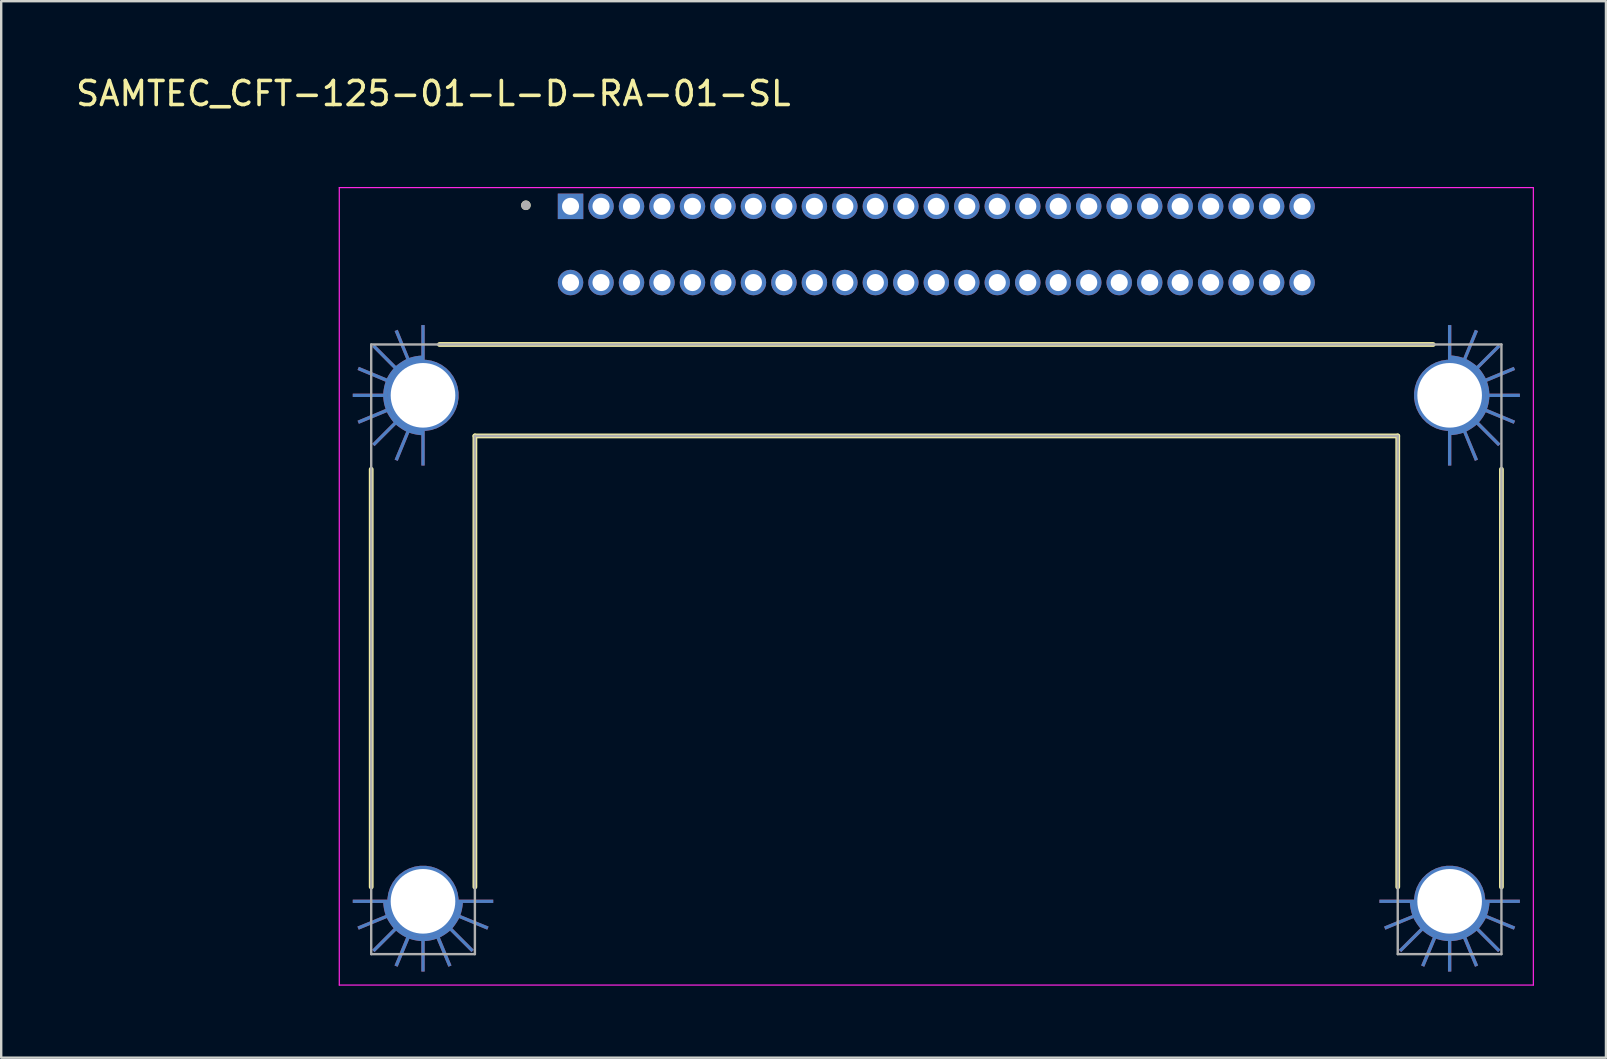
<source format=kicad_pcb>
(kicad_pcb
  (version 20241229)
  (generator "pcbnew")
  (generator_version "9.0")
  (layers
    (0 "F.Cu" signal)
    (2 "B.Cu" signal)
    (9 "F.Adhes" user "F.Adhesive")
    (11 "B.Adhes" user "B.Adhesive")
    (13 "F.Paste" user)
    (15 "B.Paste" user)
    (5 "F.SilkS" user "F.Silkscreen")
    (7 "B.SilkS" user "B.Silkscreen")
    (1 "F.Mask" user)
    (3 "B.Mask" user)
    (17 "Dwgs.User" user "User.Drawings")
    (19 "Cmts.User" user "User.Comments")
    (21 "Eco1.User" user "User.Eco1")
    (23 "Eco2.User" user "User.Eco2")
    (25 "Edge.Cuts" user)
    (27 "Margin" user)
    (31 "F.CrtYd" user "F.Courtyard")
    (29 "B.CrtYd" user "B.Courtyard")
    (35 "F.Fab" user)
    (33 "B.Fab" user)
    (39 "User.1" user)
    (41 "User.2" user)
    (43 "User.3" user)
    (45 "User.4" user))
  (footprint "SAMTEC_CFT-125-01-L-D-RA-01-SL"
    (layer "F.Cu")
    (at 35.961 13.421)
    (property "Reference" "SAMTEC_CFT-125-01-L-D-RA-01-SL" (at -20.955 -12.573 0) (layer "F.SilkS") (effects (font (size 1 1) (thickness 0.15))))
    (attr through_hole)
    (fp_poly (pts (xy -22.872 20.968) (xy -24.358 20.968) (xy -24.358 21.195) (xy -23.087 21.195) (xy -23.087 21.197) (xy -23.086 21.212) (xy -23.085 21.226) (xy -23.084 21.24) (xy -23.083 21.254) (xy -23.082 21.267) (xy -23.08 21.281) (xy -23.079 21.295) (xy -23.077 21.308) (xy -23.075 21.322) (xy -23.073 21.336) (xy -23.071 21.349) (xy -23.069 21.363) (xy -23.067 21.377) (xy -23.064 21.39) (xy -23.062 21.404) (xy -23.059 21.417) (xy -23.056 21.431) (xy -23.053 21.444) (xy -23.05 21.458) (xy -23.047 21.471) (xy -23.044 21.485) (xy -23.04 21.498) (xy -23.037 21.511) (xy -23.033 21.525) (xy -23.029 21.538) (xy -23.025 21.551) (xy -23.021 21.564) (xy -23.017 21.577) (xy -23.013 21.59) (xy -23.007 21.607) (xy -24.187 22.087) (xy -24.077 22.342) (xy -22.907 21.847) (xy -22.895 21.869) (xy -22.888 21.882) (xy -22.882 21.894) (xy -22.875 21.906) (xy -22.868 21.918) (xy -22.861 21.93) (xy -22.854 21.942) (xy -22.847 21.953) (xy -22.839 21.965) (xy -22.832 21.977) (xy -22.825 21.989) (xy -22.817 22) (xy -22.809 22.012) (xy -22.802 22.023) (xy -22.794 22.035) (xy -22.786 22.046) (xy -22.778 22.057) (xy -22.77 22.069) (xy -22.762 22.08) (xy -22.754 22.091) (xy -22.745 22.102) (xy -22.737 22.113) (xy -22.729 22.124) (xy -22.72 22.135) (xy -22.711 22.146) (xy -22.703 22.156) (xy -22.694 22.167) (xy -22.685 22.178) (xy -22.676 22.188) (xy -22.677 22.187) (xy -23.582 23.087) (xy -23.392 23.277) (xy -22.492 22.372) (xy -22.483 22.38) (xy -22.473 22.389) (xy -22.463 22.397) (xy -22.453 22.406) (xy -22.442 22.414) (xy -22.432 22.423) (xy -22.422 22.431) (xy -22.411 22.44) (xy -22.4 22.448) (xy -22.39 22.456) (xy -22.379 22.464) (xy -22.368 22.472) (xy -22.357 22.479) (xy -22.346 22.487) (xy -22.335 22.495) (xy -22.324 22.502) (xy -22.312 22.509) (xy -22.301 22.517) (xy -22.29 22.524) (xy -22.278 22.531) (xy -22.267 22.538) (xy -22.255 22.545) (xy -22.244 22.551) (xy -22.232 22.558) (xy -22.22 22.565) (xy -22.208 22.571) (xy -22.196 22.577) (xy -22.184 22.583) (xy -22.172 22.589) (xy -22.157 22.597) (xy -22.647 23.772) (xy -22.407 23.872) (xy -21.917 22.702) (xy -21.929 22.698) (xy -21.921 22.701) (xy -21.912 22.703) (xy -21.903 22.706) (xy -21.895 22.709) (xy -21.886 22.711) (xy -21.878 22.713) (xy -21.869 22.716) (xy -21.861 22.718) (xy -21.852 22.721) (xy -21.844 22.723) (xy -21.835 22.726) (xy -21.827 22.728) (xy -21.818 22.73) (xy -21.809 22.733) (xy -21.801 22.735) (xy -21.792 22.737) (xy -21.784 22.739) (xy -21.775 22.742) (xy -21.766 22.744) (xy -21.758 22.746) (xy -21.749 22.748) (xy -21.741 22.75) (xy -21.732 22.752) (xy -21.723 22.755) (xy -21.715 22.757) (xy -21.706 22.759) (xy -21.697 22.761) (xy -21.689 22.763) (xy -21.692 22.762) (xy -21.5 22.782) (xy -21.5 24.053) (xy -21.273 24.053) (xy -21.273 22.782) (xy -21.272 22.782) (xy -21.256 22.781) (xy -21.243 22.78) (xy -21.229 22.779) (xy -21.215 22.778) (xy -21.201 22.777) (xy -21.187 22.775) (xy -21.173 22.773) (xy -21.159 22.772) (xy -21.146 22.77) (xy -21.132 22.768) (xy -21.118 22.766) (xy -21.104 22.763) (xy -21.09 22.761) (xy -21.077 22.758) (xy -21.063 22.756) (xy -21.049 22.753) (xy -21.036 22.75) (xy -21.022 22.747) (xy -21.009 22.743) (xy -20.995 22.74) (xy -20.982 22.736) (xy -20.968 22.733) (xy -20.955 22.729) (xy -20.941 22.725) (xy -20.928 22.721) (xy -20.915 22.717) (xy -20.902 22.713) (xy -20.888 22.708) (xy -20.875 22.704) (xy -20.857 22.697) (xy -20.387 23.882) (xy -20.122 23.772) (xy -20.612 22.602) (xy -20.6 22.596) (xy -20.587 22.589) (xy -20.575 22.582) (xy -20.562 22.574) (xy -20.55 22.567) (xy -20.537 22.56) (xy -20.525 22.552) (xy -20.513 22.545) (xy -20.5 22.537) (xy -20.488 22.529) (xy -20.476 22.522) (xy -20.464 22.514) (xy -20.452 22.506) (xy -20.44 22.497) (xy -20.428 22.489) (xy -20.416 22.481) (xy -20.404 22.472) (xy -20.393 22.464) (xy -20.381 22.455) (xy -20.37 22.446) (xy -20.358 22.438) (xy -20.347 22.429) (xy -20.335 22.42) (xy -20.324 22.411) (xy -20.313 22.401) (xy -20.302 22.392) (xy -20.291 22.383) (xy -20.28 22.373) (xy -20.269 22.364) (xy -20.267 22.362) (xy -19.372 23.267) (xy -19.202 23.092) (xy -20.102 22.197) (xy -20.097 22.191) (xy -20.088 22.18) (xy -20.079 22.169) (xy -20.07 22.158) (xy -20.061 22.147) (xy -20.053 22.136) (xy -20.044 22.124) (xy -20.036 22.113) (xy -20.027 22.102) (xy -20.019 22.09) (xy -20.011 22.079) (xy -20.002 22.067) (xy -19.994 22.056) (xy -19.986 22.044) (xy -19.978 22.033) (xy -19.971 22.021) (xy -19.963 22.009) (xy -19.955 21.997) (xy -19.948 21.985) (xy -19.94 21.973) (xy -19.933 21.961) (xy -19.925 21.949) (xy -19.918 21.937) (xy -19.911 21.925) (xy -19.904 21.913) (xy -19.897 21.901) (xy -19.89 21.888) (xy -19.883 21.876) (xy -19.876 21.864) (xy -19.862 21.837) (xy -18.687 22.322) (xy -18.597 22.102) (xy -19.772 21.622) (xy -19.765 21.602) (xy -19.761 21.59) (xy -19.757 21.577) (xy -19.753 21.565) (xy -19.75 21.553) (xy -19.746 21.54) (xy -19.742 21.528) (xy -19.739 21.515) (xy -19.736 21.503) (xy -19.733 21.49) (xy -19.73 21.478) (xy -19.727 21.465) (xy -19.724 21.453) (xy -19.721 21.44) (xy -19.718 21.427) (xy -19.716 21.415) (xy -19.713 21.402) (xy -19.711 21.389) (xy -19.709 21.377) (xy -19.707 21.364) (xy -19.705 21.351) (xy -19.703 21.338) (xy -19.701 21.326) (xy -19.7 21.313) (xy -19.698 21.3) (xy -19.697 21.287) (xy -19.695 21.274) (xy -19.694 21.261) (xy -19.693 21.249) (xy -19.692 21.232) (xy -19.692 21.195) (xy -18.416 21.195) (xy -18.416 20.968) (xy -19.902 20.968) (xy -19.902 21.087) (xy -19.904 21.165) (xy -19.91 21.242) (xy -19.92 21.319) (xy -19.934 21.396) (xy -19.953 21.471) (xy -19.975 21.546) (xy -20.001 21.619) (xy -20.03 21.691) (xy -20.064 21.761) (xy -20.101 21.829) (xy -20.142 21.896) (xy -20.186 21.96) (xy -20.233 22.022) (xy -20.283 22.081) (xy -20.337 22.137) (xy -20.393 22.191) (xy -20.452 22.241) (xy -20.514 22.288) (xy -20.578 22.332) (xy -20.645 22.373) (xy -20.713 22.41) (xy -20.783 22.444) (xy -20.855 22.473) (xy -20.928 22.499) (xy -21.003 22.521) (xy -21.078 22.54) (xy -21.155 22.554) (xy -21.232 22.564) (xy -21.309 22.57) (xy -21.387 22.572) (xy -21.465 22.57) (xy -21.542 22.564) (xy -21.619 22.554) (xy -21.696 22.54) (xy -21.771 22.521) (xy -21.846 22.499) (xy -21.919 22.473) (xy -21.991 22.444) (xy -22.061 22.41) (xy -22.13 22.373) (xy -22.196 22.332) (xy -22.26 22.288) (xy -22.322 22.241) (xy -22.381 22.191) (xy -22.437 22.137) (xy -22.491 22.081) (xy -22.541 22.022) (xy -22.588 21.96) (xy -22.632 21.896) (xy -22.673 21.829) (xy -22.71 21.761) (xy -22.744 21.691) (xy -22.773 21.619) (xy -22.799 21.546) (xy -22.821 21.471) (xy -22.84 21.396) (xy -22.854 21.319) (xy -22.864 21.242) (xy -22.87 21.165) (xy -22.872 21.087) (xy -22.872 20.968) (xy -22.872 20.968)) (stroke (width 0.01) (type solid)) (fill yes) (layer "F.Mask"))
    (fp_poly (pts (xy -21.273 -1.485) (xy -21.273 -2.971) (xy -21.5 -2.971) (xy -21.5 -1.7) (xy -21.502 -1.7) (xy -21.517 -1.699) (xy -21.531 -1.698) (xy -21.545 -1.697) (xy -21.559 -1.696) (xy -21.572 -1.695) (xy -21.586 -1.693) (xy -21.6 -1.692) (xy -21.613 -1.69) (xy -21.627 -1.688) (xy -21.641 -1.686) (xy -21.654 -1.684) (xy -21.668 -1.682) (xy -21.682 -1.68) (xy -21.695 -1.677) (xy -21.709 -1.675) (xy -21.722 -1.672) (xy -21.736 -1.669) (xy -21.749 -1.666) (xy -21.763 -1.663) (xy -21.776 -1.66) (xy -21.79 -1.657) (xy -21.803 -1.653) (xy -21.816 -1.65) (xy -21.83 -1.646) (xy -21.843 -1.642) (xy -21.856 -1.638) (xy -21.869 -1.634) (xy -21.882 -1.63) (xy -21.895 -1.626) (xy -21.912 -1.62) (xy -22.392 -2.8) (xy -22.647 -2.69) (xy -22.152 -1.52) (xy -22.174 -1.508) (xy -22.187 -1.501) (xy -22.199 -1.495) (xy -22.211 -1.488) (xy -22.223 -1.481) (xy -22.235 -1.474) (xy -22.247 -1.467) (xy -22.258 -1.46) (xy -22.27 -1.452) (xy -22.282 -1.445) (xy -22.294 -1.438) (xy -22.305 -1.43) (xy -22.317 -1.422) (xy -22.328 -1.415) (xy -22.34 -1.407) (xy -22.351 -1.399) (xy -22.362 -1.391) (xy -22.374 -1.383) (xy -22.385 -1.375) (xy -22.396 -1.367) (xy -22.407 -1.358) (xy -22.418 -1.35) (xy -22.429 -1.342) (xy -22.44 -1.333) (xy -22.451 -1.324) (xy -22.461 -1.316) (xy -22.472 -1.307) (xy -22.483 -1.298) (xy -22.493 -1.289) (xy -22.492 -1.29) (xy -23.392 -2.195) (xy -23.582 -2.005) (xy -22.677 -1.105) (xy -22.685 -1.096) (xy -22.694 -1.086) (xy -22.702 -1.076) (xy -22.711 -1.066) (xy -22.719 -1.055) (xy -22.728 -1.045) (xy -22.736 -1.035) (xy -22.745 -1.024) (xy -22.753 -1.013) (xy -22.761 -1.003) (xy -22.769 -0.992) (xy -22.777 -0.981) (xy -22.784 -0.97) (xy -22.792 -0.959) (xy -22.8 -0.948) (xy -22.807 -0.937) (xy -22.814 -0.925) (xy -22.822 -0.914) (xy -22.829 -0.903) (xy -22.836 -0.891) (xy -22.843 -0.88) (xy -22.85 -0.868) (xy -22.856 -0.857) (xy -22.863 -0.845) (xy -22.87 -0.833) (xy -22.876 -0.821) (xy -22.882 -0.809) (xy -22.888 -0.797) (xy -22.894 -0.785) (xy -22.902 -0.77) (xy -24.077 -1.26) (xy -24.177 -1.02) (xy -23.007 -0.53) (xy -23.003 -0.542) (xy -23.006 -0.534) (xy -23.008 -0.525) (xy -23.011 -0.516) (xy -23.014 -0.508) (xy -23.016 -0.499) (xy -23.018 -0.491) (xy -23.021 -0.482) (xy -23.023 -0.474) (xy -23.026 -0.465) (xy -23.028 -0.457) (xy -23.031 -0.448) (xy -23.033 -0.44) (xy -23.035 -0.431) (xy -23.038 -0.422) (xy -23.04 -0.414) (xy -23.042 -0.405) (xy -23.044 -0.397) (xy -23.047 -0.388) (xy -23.049 -0.379) (xy -23.051 -0.371) (xy -23.053 -0.362) (xy -23.055 -0.354) (xy -23.057 -0.345) (xy -23.06 -0.336) (xy -23.062 -0.328) (xy -23.064 -0.319) (xy -23.066 -0.31) (xy -23.068 -0.302) (xy -23.067 -0.305) (xy -23.087 -0.114) (xy -24.358 -0.114) (xy -24.358 0.114) (xy -23.087 0.114) (xy -23.087 0.115) (xy -23.086 0.131) (xy -23.085 0.144) (xy -23.084 0.158) (xy -23.083 0.172) (xy -23.082 0.186) (xy -23.08 0.2) (xy -23.078 0.214) (xy -23.077 0.228) (xy -23.075 0.241) (xy -23.073 0.255) (xy -23.071 0.269) (xy -23.068 0.283) (xy -23.066 0.297) (xy -23.063 0.31) (xy -23.061 0.324) (xy -23.058 0.338) (xy -23.055 0.351) (xy -23.052 0.365) (xy -23.048 0.378) (xy -23.045 0.392) (xy -23.041 0.405) (xy -23.038 0.419) (xy -23.034 0.432) (xy -23.03 0.446) (xy -23.026 0.459) (xy -23.022 0.472) (xy -23.018 0.485) (xy -23.013 0.499) (xy -23.009 0.512) (xy -23.002 0.53) (xy -24.187 1) (xy -24.077 1.265) (xy -22.907 0.775) (xy -22.901 0.787) (xy -22.894 0.8) (xy -22.887 0.812) (xy -22.879 0.825) (xy -22.872 0.837) (xy -22.865 0.85) (xy -22.857 0.862) (xy -22.85 0.874) (xy -22.842 0.887) (xy -22.834 0.899) (xy -22.827 0.911) (xy -22.819 0.923) (xy -22.811 0.935) (xy -22.802 0.947) (xy -22.794 0.959) (xy -22.786 0.971) (xy -22.777 0.983) (xy -22.769 0.994) (xy -22.76 1.006) (xy -22.751 1.017) (xy -22.743 1.029) (xy -22.734 1.04) (xy -22.725 1.052) (xy -22.716 1.063) (xy -22.706 1.074) (xy -22.697 1.085) (xy -22.688 1.096) (xy -22.678 1.107) (xy -22.669 1.118) (xy -22.667 1.12) (xy -23.572 2.015) (xy -23.397 2.185) (xy -22.502 1.285) (xy -22.496 1.29) (xy -22.485 1.299) (xy -22.474 1.308) (xy -22.463 1.317) (xy -22.452 1.326) (xy -22.441 1.334) (xy -22.429 1.343) (xy -22.418 1.351) (xy -22.407 1.36) (xy -22.395 1.368) (xy -22.384 1.376) (xy -22.372 1.385) (xy -22.361 1.393) (xy -22.349 1.401) (xy -22.338 1.409) (xy -22.326 1.416) (xy -22.314 1.424) (xy -22.302 1.432) (xy -22.29 1.439) (xy -22.278 1.447) (xy -22.266 1.454) (xy -22.254 1.462) (xy -22.242 1.469) (xy -22.23 1.476) (xy -22.218 1.483) (xy -22.206 1.49) (xy -22.193 1.497) (xy -22.181 1.504) (xy -22.169 1.511) (xy -22.142 1.525) (xy -22.627 2.7) (xy -22.407 2.79) (xy -21.927 1.615) (xy -21.907 1.622) (xy -21.895 1.626) (xy -21.882 1.63) (xy -21.87 1.634) (xy -21.858 1.637) (xy -21.845 1.641) (xy -21.833 1.645) (xy -21.82 1.648) (xy -21.808 1.651) (xy -21.795 1.654) (xy -21.783 1.657) (xy -21.77 1.66) (xy -21.758 1.663) (xy -21.745 1.666) (xy -21.732 1.669) (xy -21.72 1.671) (xy -21.707 1.674) (xy -21.694 1.676) (xy -21.682 1.678) (xy -21.669 1.68) (xy -21.656 1.682) (xy -21.643 1.684) (xy -21.631 1.686) (xy -21.618 1.687) (xy -21.605 1.689) (xy -21.592 1.69) (xy -21.579 1.692) (xy -21.566 1.693) (xy -21.554 1.694) (xy -21.537 1.695) (xy -21.5 1.695) (xy -21.5 2.971) (xy -21.273 2.971) (xy -21.273 1.485) (xy -21.392 1.485) (xy -21.47 1.483) (xy -21.547 1.477) (xy -21.624 1.467) (xy -21.701 1.453) (xy -21.776 1.434) (xy -21.851 1.412) (xy -21.924 1.386) (xy -21.996 1.357) (xy -22.066 1.323) (xy -22.134 1.286) (xy -22.201 1.245) (xy -22.265 1.201) (xy -22.327 1.154) (xy -22.386 1.104) (xy -22.442 1.05) (xy -22.496 0.994) (xy -22.546 0.935) (xy -22.593 0.873) (xy -22.637 0.809) (xy -22.678 0.743) (xy -22.715 0.674) (xy -22.749 0.604) (xy -22.778 0.532) (xy -22.804 0.459) (xy -22.826 0.384) (xy -22.845 0.309) (xy -22.859 0.232) (xy -22.869 0.155) (xy -22.875 0.078) (xy -22.877 0) (xy -22.875 -0.078) (xy -22.869 -0.155) (xy -22.859 -0.232) (xy -22.845 -0.309) (xy -22.826 -0.384) (xy -22.804 -0.459) (xy -22.778 -0.532) (xy -22.749 -0.604) (xy -22.715 -0.674) (xy -22.678 -0.743) (xy -22.637 -0.809) (xy -22.593 -0.873) (xy -22.546 -0.935) (xy -22.496 -0.994) (xy -22.442 -1.05) (xy -22.386 -1.104) (xy -22.327 -1.154) (xy -22.265 -1.201) (xy -22.201 -1.245) (xy -22.134 -1.286) (xy -22.066 -1.323) (xy -21.996 -1.357) (xy -21.924 -1.386) (xy -21.851 -1.412) (xy -21.776 -1.434) (xy -21.701 -1.453) (xy -21.624 -1.467) (xy -21.547 -1.477) (xy -21.47 -1.483) (xy -21.392 -1.485) (xy -21.273 -1.485) (xy -21.273 -1.485)) (stroke (width 0.01) (type solid)) (fill yes) (layer "F.Mask"))
    (fp_poly (pts (xy 19.902 20.968) (xy 18.416 20.968) (xy 18.416 21.195) (xy 19.687 21.195) (xy 19.687 21.197) (xy 19.688 21.212) (xy 19.689 21.226) (xy 19.69 21.24) (xy 19.691 21.254) (xy 19.692 21.267) (xy 19.694 21.281) (xy 19.695 21.295) (xy 19.697 21.308) (xy 19.699 21.322) (xy 19.701 21.336) (xy 19.703 21.349) (xy 19.705 21.363) (xy 19.707 21.377) (xy 19.71 21.39) (xy 19.712 21.404) (xy 19.715 21.417) (xy 19.718 21.431) (xy 19.721 21.444) (xy 19.724 21.458) (xy 19.727 21.471) (xy 19.73 21.485) (xy 19.734 21.498) (xy 19.737 21.511) (xy 19.741 21.525) (xy 19.745 21.538) (xy 19.749 21.551) (xy 19.753 21.564) (xy 19.757 21.577) (xy 19.761 21.59) (xy 19.767 21.607) (xy 18.587 22.087) (xy 18.697 22.342) (xy 19.867 21.847) (xy 19.879 21.869) (xy 19.886 21.882) (xy 19.892 21.894) (xy 19.899 21.906) (xy 19.906 21.918) (xy 19.913 21.93) (xy 19.92 21.942) (xy 19.927 21.953) (xy 19.935 21.965) (xy 19.942 21.977) (xy 19.949 21.989) (xy 19.957 22) (xy 19.965 22.012) (xy 19.972 22.023) (xy 19.98 22.035) (xy 19.988 22.046) (xy 19.996 22.057) (xy 20.004 22.069) (xy 20.012 22.08) (xy 20.02 22.091) (xy 20.029 22.102) (xy 20.037 22.113) (xy 20.045 22.124) (xy 20.054 22.135) (xy 20.063 22.146) (xy 20.071 22.156) (xy 20.08 22.167) (xy 20.089 22.178) (xy 20.098 22.188) (xy 20.097 22.187) (xy 19.192 23.087) (xy 19.382 23.277) (xy 20.282 22.372) (xy 20.291 22.38) (xy 20.301 22.389) (xy 20.311 22.397) (xy 20.321 22.406) (xy 20.332 22.414) (xy 20.342 22.423) (xy 20.352 22.431) (xy 20.363 22.44) (xy 20.374 22.448) (xy 20.384 22.456) (xy 20.395 22.464) (xy 20.406 22.472) (xy 20.417 22.479) (xy 20.428 22.487) (xy 20.439 22.495) (xy 20.45 22.502) (xy 20.462 22.509) (xy 20.473 22.517) (xy 20.484 22.524) (xy 20.496 22.531) (xy 20.507 22.538) (xy 20.519 22.545) (xy 20.53 22.551) (xy 20.542 22.558) (xy 20.554 22.565) (xy 20.566 22.571) (xy 20.578 22.577) (xy 20.59 22.583) (xy 20.602 22.589) (xy 20.617 22.597) (xy 20.127 23.772) (xy 20.367 23.872) (xy 20.857 22.702) (xy 20.845 22.698) (xy 20.853 22.701) (xy 20.862 22.703) (xy 20.871 22.706) (xy 20.879 22.709) (xy 20.888 22.711) (xy 20.896 22.713) (xy 20.905 22.716) (xy 20.913 22.718) (xy 20.922 22.721) (xy 20.93 22.723) (xy 20.939 22.726) (xy 20.947 22.728) (xy 20.956 22.73) (xy 20.965 22.733) (xy 20.973 22.735) (xy 20.982 22.737) (xy 20.99 22.739) (xy 20.999 22.742) (xy 21.008 22.744) (xy 21.016 22.746) (xy 21.025 22.748) (xy 21.033 22.75) (xy 21.042 22.752) (xy 21.051 22.755) (xy 21.059 22.757) (xy 21.068 22.759) (xy 21.077 22.761) (xy 21.085 22.763) (xy 21.082 22.762) (xy 21.273 22.782) (xy 21.273 24.053) (xy 21.5 24.053) (xy 21.5 22.782) (xy 21.502 22.782) (xy 21.518 22.781) (xy 21.531 22.78) (xy 21.545 22.779) (xy 21.559 22.778) (xy 21.573 22.777) (xy 21.587 22.775) (xy 21.601 22.773) (xy 21.615 22.772) (xy 21.628 22.77) (xy 21.642 22.768) (xy 21.656 22.766) (xy 21.67 22.763) (xy 21.684 22.761) (xy 21.697 22.758) (xy 21.711 22.756) (xy 21.725 22.753) (xy 21.738 22.75) (xy 21.752 22.747) (xy 21.765 22.743) (xy 21.779 22.74) (xy 21.792 22.736) (xy 21.806 22.733) (xy 21.819 22.729) (xy 21.833 22.725) (xy 21.846 22.721) (xy 21.859 22.717) (xy 21.872 22.713) (xy 21.886 22.708) (xy 21.899 22.704) (xy 21.917 22.697) (xy 22.387 23.882) (xy 22.652 23.772) (xy 22.162 22.602) (xy 22.174 22.596) (xy 22.187 22.589) (xy 22.199 22.582) (xy 22.212 22.574) (xy 22.224 22.567) (xy 22.237 22.56) (xy 22.249 22.552) (xy 22.261 22.545) (xy 22.274 22.537) (xy 22.286 22.529) (xy 22.298 22.522) (xy 22.31 22.514) (xy 22.322 22.506) (xy 22.334 22.497) (xy 22.346 22.489) (xy 22.358 22.481) (xy 22.37 22.472) (xy 22.381 22.464) (xy 22.393 22.455) (xy 22.404 22.446) (xy 22.416 22.438) (xy 22.427 22.429) (xy 22.439 22.42) (xy 22.45 22.411) (xy 22.461 22.401) (xy 22.472 22.392) (xy 22.483 22.383) (xy 22.494 22.373) (xy 22.505 22.364) (xy 22.507 22.362) (xy 23.402 23.267) (xy 23.572 23.092) (xy 22.672 22.197) (xy 22.677 22.191) (xy 22.686 22.18) (xy 22.695 22.169) (xy 22.704 22.158) (xy 22.713 22.147) (xy 22.721 22.136) (xy 22.73 22.124) (xy 22.738 22.113) (xy 22.747 22.102) (xy 22.755 22.09) (xy 22.763 22.079) (xy 22.772 22.067) (xy 22.78 22.056) (xy 22.788 22.044) (xy 22.796 22.033) (xy 22.803 22.021) (xy 22.811 22.009) (xy 22.819 21.997) (xy 22.826 21.985) (xy 22.834 21.973) (xy 22.841 21.961) (xy 22.849 21.949) (xy 22.856 21.937) (xy 22.863 21.925) (xy 22.87 21.913) (xy 22.877 21.901) (xy 22.884 21.888) (xy 22.891 21.876) (xy 22.898 21.864) (xy 22.912 21.837) (xy 24.087 22.322) (xy 24.177 22.102) (xy 23.002 21.622) (xy 23.009 21.602) (xy 23.013 21.59) (xy 23.017 21.577) (xy 23.021 21.565) (xy 23.024 21.553) (xy 23.028 21.54) (xy 23.032 21.528) (xy 23.035 21.515) (xy 23.038 21.503) (xy 23.041 21.49) (xy 23.044 21.478) (xy 23.047 21.465) (xy 23.05 21.453) (xy 23.053 21.44) (xy 23.056 21.427) (xy 23.058 21.415) (xy 23.061 21.402) (xy 23.063 21.389) (xy 23.065 21.377) (xy 23.067 21.364) (xy 23.069 21.351) (xy 23.071 21.338) (xy 23.073 21.326) (xy 23.074 21.313) (xy 23.076 21.3) (xy 23.077 21.287) (xy 23.079 21.274) (xy 23.08 21.261) (xy 23.081 21.249) (xy 23.082 21.232) (xy 23.082 21.195) (xy 24.358 21.195) (xy 24.358 20.968) (xy 22.872 20.968) (xy 22.872 21.087) (xy 22.87 21.165) (xy 22.864 21.242) (xy 22.854 21.319) (xy 22.84 21.396) (xy 22.821 21.471) (xy 22.799 21.546) (xy 22.773 21.619) (xy 22.744 21.691) (xy 22.71 21.761) (xy 22.673 21.829) (xy 22.632 21.896) (xy 22.588 21.96) (xy 22.541 22.022) (xy 22.491 22.081) (xy 22.437 22.137) (xy 22.381 22.191) (xy 22.322 22.241) (xy 22.26 22.288) (xy 22.196 22.332) (xy 22.13 22.373) (xy 22.061 22.41) (xy 21.991 22.444) (xy 21.919 22.473) (xy 21.846 22.499) (xy 21.771 22.521) (xy 21.696 22.54) (xy 21.619 22.554) (xy 21.542 22.564) (xy 21.465 22.57) (xy 21.387 22.572) (xy 21.309 22.57) (xy 21.232 22.564) (xy 21.155 22.554) (xy 21.078 22.54) (xy 21.003 22.521) (xy 20.928 22.499) (xy 20.855 22.473) (xy 20.783 22.444) (xy 20.713 22.41) (xy 20.645 22.373) (xy 20.578 22.332) (xy 20.514 22.288) (xy 20.452 22.241) (xy 20.393 22.191) (xy 20.337 22.137) (xy 20.283 22.081) (xy 20.233 22.022) (xy 20.186 21.96) (xy 20.142 21.896) (xy 20.101 21.829) (xy 20.064 21.761) (xy 20.03 21.691) (xy 20.001 21.619) (xy 19.975 21.546) (xy 19.953 21.471) (xy 19.934 21.396) (xy 19.92 21.319) (xy 19.91 21.242) (xy 19.904 21.165) (xy 19.902 21.087) (xy 19.902 20.968) (xy 19.902 20.968)) (stroke (width 0.01) (type solid)) (fill yes) (layer "F.Mask"))
    (fp_poly (pts (xy 21.273 1.485) (xy 21.273 2.971) (xy 21.5 2.971) (xy 21.5 1.7) (xy 21.502 1.7) (xy 21.517 1.699) (xy 21.531 1.698) (xy 21.545 1.697) (xy 21.559 1.696) (xy 21.572 1.695) (xy 21.586 1.693) (xy 21.6 1.692) (xy 21.613 1.69) (xy 21.627 1.688) (xy 21.641 1.686) (xy 21.654 1.684) (xy 21.668 1.682) (xy 21.682 1.68) (xy 21.695 1.677) (xy 21.709 1.675) (xy 21.722 1.672) (xy 21.736 1.669) (xy 21.749 1.666) (xy 21.763 1.663) (xy 21.776 1.66) (xy 21.79 1.657) (xy 21.803 1.653) (xy 21.816 1.65) (xy 21.83 1.646) (xy 21.843 1.642) (xy 21.856 1.638) (xy 21.869 1.634) (xy 21.882 1.63) (xy 21.895 1.626) (xy 21.912 1.62) (xy 22.392 2.8) (xy 22.647 2.69) (xy 22.152 1.52) (xy 22.174 1.508) (xy 22.187 1.501) (xy 22.199 1.495) (xy 22.211 1.488) (xy 22.223 1.481) (xy 22.235 1.474) (xy 22.247 1.467) (xy 22.258 1.46) (xy 22.27 1.452) (xy 22.282 1.445) (xy 22.294 1.438) (xy 22.305 1.43) (xy 22.317 1.422) (xy 22.328 1.415) (xy 22.34 1.407) (xy 22.351 1.399) (xy 22.362 1.391) (xy 22.374 1.383) (xy 22.385 1.375) (xy 22.396 1.367) (xy 22.407 1.358) (xy 22.418 1.35) (xy 22.429 1.342) (xy 22.44 1.333) (xy 22.451 1.324) (xy 22.461 1.316) (xy 22.472 1.307) (xy 22.483 1.298) (xy 22.493 1.289) (xy 22.492 1.29) (xy 23.392 2.195) (xy 23.582 2.005) (xy 22.677 1.105) (xy 22.685 1.096) (xy 22.694 1.086) (xy 22.702 1.076) (xy 22.711 1.066) (xy 22.719 1.055) (xy 22.728 1.045) (xy 22.736 1.035) (xy 22.745 1.024) (xy 22.753 1.013) (xy 22.761 1.003) (xy 22.769 0.992) (xy 22.777 0.981) (xy 22.784 0.97) (xy 22.792 0.959) (xy 22.8 0.948) (xy 22.807 0.937) (xy 22.814 0.925) (xy 22.822 0.914) (xy 22.829 0.903) (xy 22.836 0.891) (xy 22.843 0.88) (xy 22.85 0.868) (xy 22.856 0.857) (xy 22.863 0.845) (xy 22.87 0.833) (xy 22.876 0.821) (xy 22.882 0.809) (xy 22.888 0.797) (xy 22.894 0.785) (xy 22.902 0.77) (xy 24.077 1.26) (xy 24.177 1.02) (xy 23.007 0.53) (xy 23.003 0.542) (xy 23.006 0.534) (xy 23.008 0.525) (xy 23.011 0.516) (xy 23.014 0.508) (xy 23.016 0.499) (xy 23.018 0.491) (xy 23.021 0.482) (xy 23.023 0.474) (xy 23.026 0.465) (xy 23.028 0.457) (xy 23.031 0.448) (xy 23.033 0.44) (xy 23.035 0.431) (xy 23.038 0.422) (xy 23.04 0.414) (xy 23.042 0.405) (xy 23.044 0.397) (xy 23.047 0.388) (xy 23.049 0.379) (xy 23.051 0.371) (xy 23.053 0.362) (xy 23.055 0.354) (xy 23.057 0.345) (xy 23.06 0.336) (xy 23.062 0.328) (xy 23.064 0.319) (xy 23.066 0.31) (xy 23.068 0.302) (xy 23.067 0.305) (xy 23.087 0.114) (xy 24.358 0.114) (xy 24.358 -0.114) (xy 23.087 -0.114) (xy 23.087 -0.115) (xy 23.086 -0.131) (xy 23.085 -0.144) (xy 23.084 -0.158) (xy 23.083 -0.172) (xy 23.082 -0.186) (xy 23.08 -0.2) (xy 23.078 -0.214) (xy 23.077 -0.228) (xy 23.075 -0.241) (xy 23.073 -0.255) (xy 23.071 -0.269) (xy 23.068 -0.283) (xy 23.066 -0.297) (xy 23.063 -0.31) (xy 23.061 -0.324) (xy 23.058 -0.338) (xy 23.055 -0.351) (xy 23.052 -0.365) (xy 23.048 -0.378) (xy 23.045 -0.392) (xy 23.041 -0.405) (xy 23.038 -0.419) (xy 23.034 -0.432) (xy 23.03 -0.446) (xy 23.026 -0.459) (xy 23.022 -0.472) (xy 23.018 -0.485) (xy 23.013 -0.499) (xy 23.009 -0.512) (xy 23.002 -0.53) (xy 24.187 -1) (xy 24.077 -1.265) (xy 22.907 -0.775) (xy 22.901 -0.787) (xy 22.894 -0.8) (xy 22.887 -0.812) (xy 22.879 -0.825) (xy 22.872 -0.837) (xy 22.865 -0.85) (xy 22.857 -0.862) (xy 22.85 -0.874) (xy 22.842 -0.887) (xy 22.834 -0.899) (xy 22.827 -0.911) (xy 22.819 -0.923) (xy 22.811 -0.935) (xy 22.802 -0.947) (xy 22.794 -0.959) (xy 22.786 -0.971) (xy 22.777 -0.983) (xy 22.769 -0.994) (xy 22.76 -1.006) (xy 22.751 -1.017) (xy 22.743 -1.029) (xy 22.734 -1.04) (xy 22.725 -1.052) (xy 22.716 -1.063) (xy 22.706 -1.074) (xy 22.697 -1.085) (xy 22.688 -1.096) (xy 22.678 -1.107) (xy 22.669 -1.118) (xy 22.667 -1.12) (xy 23.572 -2.015) (xy 23.397 -2.185) (xy 22.502 -1.285) (xy 22.496 -1.29) (xy 22.485 -1.299) (xy 22.474 -1.308) (xy 22.463 -1.317) (xy 22.452 -1.326) (xy 22.441 -1.334) (xy 22.429 -1.343) (xy 22.418 -1.351) (xy 22.407 -1.36) (xy 22.395 -1.368) (xy 22.384 -1.376) (xy 22.372 -1.385) (xy 22.361 -1.393) (xy 22.349 -1.401) (xy 22.338 -1.409) (xy 22.326 -1.416) (xy 22.314 -1.424) (xy 22.302 -1.432) (xy 22.29 -1.439) (xy 22.278 -1.447) (xy 22.266 -1.454) (xy 22.254 -1.462) (xy 22.242 -1.469) (xy 22.23 -1.476) (xy 22.218 -1.483) (xy 22.206 -1.49) (xy 22.193 -1.497) (xy 22.181 -1.504) (xy 22.169 -1.511) (xy 22.142 -1.525) (xy 22.627 -2.7) (xy 22.407 -2.79) (xy 21.927 -1.615) (xy 21.907 -1.622) (xy 21.895 -1.626) (xy 21.882 -1.63) (xy 21.87 -1.634) (xy 21.858 -1.637) (xy 21.845 -1.641) (xy 21.833 -1.645) (xy 21.82 -1.648) (xy 21.808 -1.651) (xy 21.795 -1.654) (xy 21.783 -1.657) (xy 21.77 -1.66) (xy 21.758 -1.663) (xy 21.745 -1.666) (xy 21.732 -1.669) (xy 21.72 -1.671) (xy 21.707 -1.674) (xy 21.694 -1.676) (xy 21.682 -1.678) (xy 21.669 -1.68) (xy 21.656 -1.682) (xy 21.643 -1.684) (xy 21.631 -1.686) (xy 21.618 -1.687) (xy 21.605 -1.689) (xy 21.592 -1.69) (xy 21.579 -1.692) (xy 21.566 -1.693) (xy 21.554 -1.694) (xy 21.537 -1.695) (xy 21.5 -1.695) (xy 21.5 -2.971) (xy 21.273 -2.971) (xy 21.273 -1.485) (xy 21.392 -1.485) (xy 21.47 -1.483) (xy 21.547 -1.477) (xy 21.624 -1.467) (xy 21.701 -1.453) (xy 21.776 -1.434) (xy 21.851 -1.412) (xy 21.924 -1.386) (xy 21.996 -1.357) (xy 22.066 -1.323) (xy 22.134 -1.286) (xy 22.201 -1.245) (xy 22.265 -1.201) (xy 22.327 -1.154) (xy 22.386 -1.104) (xy 22.442 -1.05) (xy 22.496 -0.994) (xy 22.546 -0.935) (xy 22.593 -0.873) (xy 22.637 -0.809) (xy 22.678 -0.743) (xy 22.715 -0.674) (xy 22.749 -0.604) (xy 22.778 -0.532) (xy 22.804 -0.459) (xy 22.826 -0.384) (xy 22.845 -0.309) (xy 22.859 -0.232) (xy 22.869 -0.155) (xy 22.875 -0.078) (xy 22.877 0) (xy 22.875 0.078) (xy 22.869 0.155) (xy 22.859 0.232) (xy 22.845 0.309) (xy 22.826 0.384) (xy 22.804 0.459) (xy 22.778 0.532) (xy 22.749 0.604) (xy 22.715 0.674) (xy 22.678 0.743) (xy 22.637 0.809) (xy 22.593 0.873) (xy 22.546 0.935) (xy 22.496 0.994) (xy 22.442 1.05) (xy 22.386 1.104) (xy 22.327 1.154) (xy 22.265 1.201) (xy 22.201 1.245) (xy 22.134 1.286) (xy 22.066 1.323) (xy 21.996 1.357) (xy 21.924 1.386) (xy 21.851 1.412) (xy 21.776 1.434) (xy 21.701 1.453) (xy 21.624 1.467) (xy 21.547 1.477) (xy 21.47 1.483) (xy 21.392 1.485) (xy 21.273 1.485) (xy 21.273 1.485)) (stroke (width 0.01) (type solid)) (fill yes) (layer "F.Mask"))
    (fp_line (start -23.545 3.082) (end -23.545 20.482) (stroke (width 0.2) (type solid)) (layer "F.SilkS"))
    (fp_line (start -20.7 -2.118) (end 20.7 -2.118) (stroke (width 0.2) (type solid)) (layer "F.SilkS"))
    (fp_line (start -19.225 1.692) (end 19.225 1.692) (stroke (width 0.2) (type solid)) (layer "F.SilkS"))
    (fp_line (start -19.225 20.482) (end -19.225 1.692) (stroke (width 0.2) (type solid)) (layer "F.SilkS"))
    (fp_line (start 19.225 1.692) (end 19.225 20.482) (stroke (width 0.2) (type solid)) (layer "F.SilkS"))
    (fp_line (start 23.545 20.482) (end 23.545 3.082) (stroke (width 0.2) (type solid)) (layer "F.SilkS"))
    (fp_circle (center -17.1 -7.918) (end -17 -7.918) (stroke (width 0.2) (type solid)) (fill no) (layer "F.SilkS"))
    (fp_poly (pts (xy -22.657 21.017) (xy -24.627 21.017) (xy -24.628 21.053) (xy -24.629 21.093) (xy -24.629 21.133) (xy -24.628 21.173) (xy -24.627 21.214) (xy -24.626 21.254) (xy -24.623 21.294) (xy -24.621 21.334) (xy -24.618 21.374) (xy -24.614 21.414) (xy -24.61 21.454) (xy -24.605 21.494) (xy -24.6 21.534) (xy -24.594 21.574) (xy -24.587 21.614) (xy -24.581 21.653) (xy -24.573 21.693) (xy -24.565 21.732) (xy -24.557 21.772) (xy -24.548 21.811) (xy -24.538 21.85) (xy -24.528 21.889) (xy -24.517 21.928) (xy -24.506 21.966) (xy -24.495 22.005) (xy -24.483 22.043) (xy -24.47 22.081) (xy -24.457 22.119) (xy -24.443 22.157) (xy -24.432 22.187) (xy -22.612 21.427) (xy -22.616 21.412) (xy -22.619 21.398) (xy -22.623 21.385) (xy -22.626 21.371) (xy -22.629 21.357) (xy -22.632 21.343) (xy -22.634 21.329) (xy -22.637 21.315) (xy -22.639 21.302) (xy -22.642 21.288) (xy -22.644 21.274) (xy -22.646 21.26) (xy -22.648 21.246) (xy -22.649 21.232) (xy -22.651 21.218) (xy -22.652 21.204) (xy -22.654 21.189) (xy -22.655 21.175) (xy -22.656 21.161) (xy -22.656 21.147) (xy -22.657 21.133) (xy -22.658 21.119) (xy -22.658 21.105) (xy -22.658 21.091) (xy -22.658 21.077) (xy -22.658 21.062) (xy -22.658 21.048) (xy -22.658 21.034) (xy -22.657 21.02) (xy -22.657 21.017)) (stroke (width 0.01) (type solid)) (fill yes) (layer "F.Paste"))
    (fp_poly (pts (xy -21.322 -1.27) (xy -21.322 -3.24) (xy -21.358 -3.241) (xy -21.398 -3.242) (xy -21.438 -3.242) (xy -21.478 -3.241) (xy -21.519 -3.24) (xy -21.559 -3.239) (xy -21.599 -3.236) (xy -21.639 -3.234) (xy -21.679 -3.231) (xy -21.719 -3.227) (xy -21.759 -3.223) (xy -21.799 -3.218) (xy -21.839 -3.213) (xy -21.879 -3.207) (xy -21.919 -3.2) (xy -21.958 -3.194) (xy -21.998 -3.186) (xy -22.037 -3.178) (xy -22.077 -3.17) (xy -22.116 -3.161) (xy -22.155 -3.151) (xy -22.194 -3.141) (xy -22.233 -3.13) (xy -22.271 -3.119) (xy -22.31 -3.108) (xy -22.348 -3.096) (xy -22.386 -3.083) (xy -22.424 -3.07) (xy -22.462 -3.056) (xy -22.492 -3.045) (xy -21.732 -1.225) (xy -21.717 -1.229) (xy -21.703 -1.232) (xy -21.69 -1.236) (xy -21.676 -1.239) (xy -21.662 -1.242) (xy -21.648 -1.245) (xy -21.634 -1.247) (xy -21.62 -1.25) (xy -21.607 -1.252) (xy -21.593 -1.255) (xy -21.579 -1.257) (xy -21.565 -1.259) (xy -21.551 -1.261) (xy -21.537 -1.262) (xy -21.523 -1.264) (xy -21.509 -1.265) (xy -21.494 -1.267) (xy -21.48 -1.268) (xy -21.466 -1.269) (xy -21.452 -1.269) (xy -21.438 -1.27) (xy -21.424 -1.271) (xy -21.41 -1.271) (xy -21.396 -1.271) (xy -21.382 -1.271) (xy -21.367 -1.271) (xy -21.353 -1.271) (xy -21.339 -1.271) (xy -21.325 -1.27) (xy -21.322 -1.27)) (stroke (width 0.01) (type solid)) (fill yes) (layer "F.Paste"))
    (fp_poly (pts (xy -21.322 1.27) (xy -21.322 3.24) (xy -21.361 3.24) (xy -21.401 3.24) (xy -21.441 3.24) (xy -21.481 3.239) (xy -21.521 3.237) (xy -21.561 3.235) (xy -21.601 3.233) (xy -21.641 3.23) (xy -21.68 3.227) (xy -21.72 3.223) (xy -21.76 3.218) (xy -21.799 3.213) (xy -21.839 3.208) (xy -21.879 3.202) (xy -21.918 3.196) (xy -21.957 3.189) (xy -21.997 3.181) (xy -22.036 3.174) (xy -22.075 3.165) (xy -22.114 3.157) (xy -22.153 3.147) (xy -22.192 3.138) (xy -22.23 3.128) (xy -22.269 3.117) (xy -22.307 3.106) (xy -22.345 3.094) (xy -22.383 3.082) (xy -22.421 3.07) (xy -22.459 3.057) (xy -22.492 3.045) (xy -21.727 1.225) (xy -21.72 1.227) (xy -21.707 1.231) (xy -21.693 1.234) (xy -21.68 1.237) (xy -21.666 1.24) (xy -21.653 1.243) (xy -21.639 1.246) (xy -21.626 1.249) (xy -21.612 1.252) (xy -21.598 1.254) (xy -21.585 1.256) (xy -21.571 1.258) (xy -21.557 1.26) (xy -21.544 1.262) (xy -21.53 1.264) (xy -21.516 1.265) (xy -21.502 1.267) (xy -21.488 1.268) (xy -21.475 1.269) (xy -21.461 1.27) (xy -21.447 1.27) (xy -21.433 1.271) (xy -21.419 1.271) (xy -21.406 1.272) (xy -21.392 1.272) (xy -21.378 1.272) (xy -21.364 1.272) (xy -21.35 1.271) (xy -21.336 1.271) (xy -21.322 1.27)) (stroke (width 0.01) (type solid)) (fill yes) (layer "F.Paste"))
    (fp_poly (pts (xy -20.117 21.017) (xy -18.147 21.017) (xy -18.147 21.056) (xy -18.147 21.096) (xy -18.147 21.136) (xy -18.148 21.176) (xy -18.15 21.216) (xy -18.152 21.256) (xy -18.154 21.296) (xy -18.157 21.336) (xy -18.16 21.375) (xy -18.164 21.415) (xy -18.169 21.455) (xy -18.174 21.494) (xy -18.179 21.534) (xy -18.185 21.574) (xy -18.191 21.613) (xy -18.198 21.652) (xy -18.206 21.692) (xy -18.213 21.731) (xy -18.222 21.77) (xy -18.23 21.809) (xy -18.24 21.848) (xy -18.249 21.887) (xy -18.259 21.925) (xy -18.27 21.964) (xy -18.281 22.002) (xy -18.293 22.04) (xy -18.305 22.078) (xy -18.317 22.116) (xy -18.33 22.154) (xy -18.342 22.187) (xy -20.162 21.422) (xy -20.16 21.415) (xy -20.156 21.402) (xy -20.153 21.388) (xy -20.15 21.375) (xy -20.147 21.361) (xy -20.144 21.348) (xy -20.141 21.334) (xy -20.138 21.321) (xy -20.135 21.307) (xy -20.133 21.293) (xy -20.131 21.28) (xy -20.129 21.266) (xy -20.127 21.252) (xy -20.125 21.239) (xy -20.123 21.225) (xy -20.122 21.211) (xy -20.12 21.197) (xy -20.119 21.183) (xy -20.118 21.17) (xy -20.117 21.156) (xy -20.117 21.142) (xy -20.116 21.128) (xy -20.116 21.114) (xy -20.115 21.101) (xy -20.115 21.087) (xy -20.115 21.073) (xy -20.115 21.059) (xy -20.116 21.045) (xy -20.116 21.031) (xy -20.117 21.017)) (stroke (width 0.01) (type solid)) (fill yes) (layer "F.Paste"))
    (fp_poly (pts (xy 20.117 21.017) (xy 18.147 21.017) (xy 18.146 21.053) (xy 18.145 21.093) (xy 18.145 21.133) (xy 18.146 21.173) (xy 18.147 21.214) (xy 18.148 21.254) (xy 18.151 21.294) (xy 18.153 21.334) (xy 18.156 21.374) (xy 18.16 21.414) (xy 18.164 21.454) (xy 18.169 21.494) (xy 18.174 21.534) (xy 18.18 21.574) (xy 18.187 21.614) (xy 18.193 21.653) (xy 18.201 21.693) (xy 18.209 21.732) (xy 18.217 21.772) (xy 18.226 21.811) (xy 18.236 21.85) (xy 18.246 21.889) (xy 18.257 21.928) (xy 18.268 21.966) (xy 18.279 22.005) (xy 18.291 22.043) (xy 18.304 22.081) (xy 18.317 22.119) (xy 18.331 22.157) (xy 18.342 22.187) (xy 20.162 21.427) (xy 20.158 21.412) (xy 20.155 21.398) (xy 20.151 21.385) (xy 20.148 21.371) (xy 20.145 21.357) (xy 20.142 21.343) (xy 20.14 21.329) (xy 20.137 21.315) (xy 20.135 21.302) (xy 20.132 21.288) (xy 20.13 21.274) (xy 20.128 21.26) (xy 20.126 21.246) (xy 20.125 21.232) (xy 20.123 21.218) (xy 20.122 21.204) (xy 20.12 21.189) (xy 20.119 21.175) (xy 20.118 21.161) (xy 20.118 21.147) (xy 20.117 21.133) (xy 20.116 21.119) (xy 20.116 21.105) (xy 20.116 21.091) (xy 20.116 21.077) (xy 20.116 21.062) (xy 20.116 21.048) (xy 20.116 21.034) (xy 20.117 21.02) (xy 20.117 21.017)) (stroke (width 0.01) (type solid)) (fill yes) (layer "F.Paste"))
    (fp_poly (pts (xy 21.322 -1.27) (xy 21.322 -3.24) (xy 21.361 -3.24) (xy 21.401 -3.24) (xy 21.441 -3.24) (xy 21.481 -3.239) (xy 21.521 -3.237) (xy 21.561 -3.235) (xy 21.601 -3.233) (xy 21.641 -3.23) (xy 21.68 -3.227) (xy 21.72 -3.223) (xy 21.76 -3.218) (xy 21.799 -3.213) (xy 21.839 -3.208) (xy 21.879 -3.202) (xy 21.918 -3.196) (xy 21.957 -3.189) (xy 21.997 -3.181) (xy 22.036 -3.174) (xy 22.075 -3.165) (xy 22.114 -3.157) (xy 22.153 -3.147) (xy 22.192 -3.138) (xy 22.23 -3.128) (xy 22.269 -3.117) (xy 22.307 -3.106) (xy 22.345 -3.094) (xy 22.383 -3.082) (xy 22.421 -3.07) (xy 22.459 -3.057) (xy 22.492 -3.045) (xy 21.727 -1.225) (xy 21.72 -1.227) (xy 21.707 -1.231) (xy 21.693 -1.234) (xy 21.68 -1.237) (xy 21.666 -1.24) (xy 21.653 -1.243) (xy 21.639 -1.246) (xy 21.626 -1.249) (xy 21.612 -1.252) (xy 21.598 -1.254) (xy 21.585 -1.256) (xy 21.571 -1.258) (xy 21.557 -1.26) (xy 21.544 -1.262) (xy 21.53 -1.264) (xy 21.516 -1.265) (xy 21.502 -1.267) (xy 21.488 -1.268) (xy 21.475 -1.269) (xy 21.461 -1.27) (xy 21.447 -1.27) (xy 21.433 -1.271) (xy 21.419 -1.271) (xy 21.406 -1.272) (xy 21.392 -1.272) (xy 21.378 -1.272) (xy 21.364 -1.272) (xy 21.35 -1.271) (xy 21.336 -1.271) (xy 21.322 -1.27)) (stroke (width 0.01) (type solid)) (fill yes) (layer "F.Paste"))
    (fp_poly (pts (xy 21.322 1.27) (xy 21.322 3.24) (xy 21.358 3.241) (xy 21.398 3.242) (xy 21.438 3.242) (xy 21.478 3.241) (xy 21.519 3.24) (xy 21.559 3.239) (xy 21.599 3.236) (xy 21.639 3.234) (xy 21.679 3.231) (xy 21.719 3.227) (xy 21.759 3.223) (xy 21.799 3.218) (xy 21.839 3.213) (xy 21.879 3.207) (xy 21.919 3.2) (xy 21.958 3.194) (xy 21.998 3.186) (xy 22.037 3.178) (xy 22.077 3.17) (xy 22.116 3.161) (xy 22.155 3.151) (xy 22.194 3.141) (xy 22.233 3.13) (xy 22.271 3.119) (xy 22.31 3.108) (xy 22.348 3.096) (xy 22.386 3.083) (xy 22.424 3.07) (xy 22.462 3.056) (xy 22.492 3.045) (xy 21.732 1.225) (xy 21.717 1.229) (xy 21.703 1.232) (xy 21.69 1.236) (xy 21.676 1.239) (xy 21.662 1.242) (xy 21.648 1.245) (xy 21.634 1.247) (xy 21.62 1.25) (xy 21.607 1.252) (xy 21.593 1.255) (xy 21.579 1.257) (xy 21.565 1.259) (xy 21.551 1.261) (xy 21.537 1.262) (xy 21.523 1.264) (xy 21.509 1.265) (xy 21.494 1.267) (xy 21.48 1.268) (xy 21.466 1.269) (xy 21.452 1.269) (xy 21.438 1.27) (xy 21.424 1.271) (xy 21.41 1.271) (xy 21.396 1.271) (xy 21.382 1.271) (xy 21.367 1.271) (xy 21.353 1.271) (xy 21.339 1.271) (xy 21.325 1.27) (xy 21.322 1.27)) (stroke (width 0.01) (type solid)) (fill yes) (layer "F.Paste"))
    (fp_poly (pts (xy 22.657 21.017) (xy 24.627 21.017) (xy 24.627 21.056) (xy 24.627 21.096) (xy 24.627 21.136) (xy 24.626 21.176) (xy 24.624 21.216) (xy 24.622 21.256) (xy 24.62 21.296) (xy 24.617 21.336) (xy 24.614 21.375) (xy 24.61 21.415) (xy 24.605 21.455) (xy 24.6 21.494) (xy 24.595 21.534) (xy 24.589 21.574) (xy 24.583 21.613) (xy 24.576 21.652) (xy 24.568 21.692) (xy 24.561 21.731) (xy 24.552 21.77) (xy 24.544 21.809) (xy 24.534 21.848) (xy 24.525 21.887) (xy 24.515 21.925) (xy 24.504 21.964) (xy 24.493 22.002) (xy 24.481 22.04) (xy 24.469 22.078) (xy 24.457 22.116) (xy 24.444 22.154) (xy 24.432 22.187) (xy 22.612 21.422) (xy 22.614 21.415) (xy 22.618 21.402) (xy 22.621 21.388) (xy 22.624 21.375) (xy 22.627 21.361) (xy 22.63 21.348) (xy 22.633 21.334) (xy 22.636 21.321) (xy 22.639 21.307) (xy 22.641 21.293) (xy 22.643 21.28) (xy 22.645 21.266) (xy 22.647 21.252) (xy 22.649 21.239) (xy 22.651 21.225) (xy 22.652 21.211) (xy 22.654 21.197) (xy 22.655 21.183) (xy 22.656 21.17) (xy 22.657 21.156) (xy 22.657 21.142) (xy 22.658 21.128) (xy 22.658 21.114) (xy 22.659 21.101) (xy 22.659 21.087) (xy 22.659 21.073) (xy 22.659 21.059) (xy 22.658 21.045) (xy 22.658 21.031) (xy 22.657 21.017)) (stroke (width 0.01) (type solid)) (fill yes) (layer "F.Paste"))
    (fp_poly (pts (xy -22.577 21.537) (xy -24.387 22.302) (xy -24.36 22.366) (xy -24.326 22.442) (xy -24.29 22.517) (xy -24.252 22.591) (xy -24.212 22.664) (xy -24.17 22.737) (xy -24.127 22.808) (xy -24.081 22.877) (xy -24.034 22.946) (xy -23.985 23.013) (xy -23.935 23.08) (xy -23.882 23.145) (xy -23.828 23.208) (xy -23.773 23.27) (xy -23.716 23.331) (xy -23.657 23.39) (xy -23.597 23.448) (xy -23.536 23.504) (xy -23.473 23.558) (xy -23.408 23.611) (xy -23.343 23.662) (xy -23.276 23.712) (xy -23.207 23.759) (xy -23.138 23.805) (xy -23.067 23.85) (xy -22.996 23.892) (xy -22.923 23.933) (xy -22.849 23.971) (xy -22.774 24.008) (xy -22.712 24.037) (xy -21.977 22.207) (xy -21.999 22.196) (xy -22.012 22.189) (xy -22.025 22.182) (xy -22.038 22.174) (xy -22.051 22.167) (xy -22.063 22.159) (xy -22.076 22.151) (xy -22.088 22.143) (xy -22.101 22.135) (xy -22.113 22.127) (xy -22.125 22.119) (xy -22.137 22.11) (xy -22.149 22.101) (xy -22.161 22.092) (xy -22.173 22.083) (xy -22.185 22.074) (xy -22.196 22.065) (xy -22.207 22.055) (xy -22.219 22.046) (xy -22.23 22.036) (xy -22.241 22.026) (xy -22.252 22.016) (xy -22.262 22.006) (xy -22.273 21.995) (xy -22.284 21.985) (xy -22.294 21.974) (xy -22.304 21.963) (xy -22.314 21.953) (xy -22.324 21.942) (xy -22.337 21.927) (xy -22.345 21.918) (xy -22.356 21.906) (xy -22.366 21.895) (xy -22.376 21.883) (xy -22.386 21.87) (xy -22.396 21.858) (xy -22.406 21.846) (xy -22.415 21.833) (xy -22.425 21.82) (xy -22.434 21.808) (xy -22.443 21.795) (xy -22.452 21.782) (xy -22.46 21.769) (xy -22.469 21.755) (xy -22.477 21.742) (xy -22.485 21.728) (xy -22.493 21.715) (xy -22.501 21.701) (xy -22.509 21.687) (xy -22.516 21.673) (xy -22.523 21.659) (xy -22.53 21.645) (xy -22.537 21.631) (xy -22.544 21.617) (xy -22.55 21.602) (xy -22.557 21.588) (xy -22.563 21.573) (xy -22.569 21.559) (xy -22.574 21.544) (xy -22.577 21.537)) (stroke (width 0.01) (type solid)) (fill yes) (layer "F.Paste"))
    (fp_poly (pts (xy -22.565 -0.476) (xy -24.39 -1.214) (xy -24.415 -1.15) (xy -24.443 -1.071) (xy -24.469 -0.992) (xy -24.494 -0.912) (xy -24.516 -0.831) (xy -24.536 -0.749) (xy -24.554 -0.668) (xy -24.57 -0.585) (xy -24.584 -0.503) (xy -24.596 -0.42) (xy -24.606 -0.336) (xy -24.613 -0.253) (xy -24.618 -0.169) (xy -24.622 -0.086) (xy -24.623 -0.002) (xy -24.622 0.082) (xy -24.618 0.166) (xy -24.613 0.249) (xy -24.606 0.333) (xy -24.596 0.416) (xy -24.584 0.499) (xy -24.57 0.582) (xy -24.554 0.664) (xy -24.536 0.746) (xy -24.516 0.827) (xy -24.494 0.908) (xy -24.469 0.988) (xy -24.443 1.068) (xy -24.415 1.147) (xy -24.389 1.213) (xy -22.566 0.476) (xy -22.573 0.457) (xy -22.579 0.442) (xy -22.585 0.426) (xy -22.59 0.411) (xy -22.596 0.395) (xy -22.601 0.38) (xy -22.606 0.364) (xy -22.61 0.348) (xy -22.615 0.332) (xy -22.619 0.316) (xy -22.623 0.3) (xy -22.626 0.284) (xy -22.63 0.268) (xy -22.633 0.252) (xy -22.636 0.236) (xy -22.639 0.219) (xy -22.642 0.203) (xy -22.644 0.187) (xy -22.647 0.171) (xy -22.649 0.154) (xy -22.651 0.138) (xy -22.652 0.121) (xy -22.653 0.105) (xy -22.655 0.089) (xy -22.656 0.072) (xy -22.656 0.056) (xy -22.657 0.039) (xy -22.657 0.023) (xy -22.657 0.006) (xy -22.657 0) (xy -22.657 -0.022) (xy -22.657 -0.038) (xy -22.656 -0.054) (xy -22.655 -0.07) (xy -22.654 -0.086) (xy -22.653 -0.102) (xy -22.652 -0.117) (xy -22.65 -0.133) (xy -22.649 -0.149) (xy -22.647 -0.165) (xy -22.645 -0.181) (xy -22.642 -0.197) (xy -22.64 -0.212) (xy -22.637 -0.228) (xy -22.634 -0.244) (xy -22.631 -0.259) (xy -22.628 -0.275) (xy -22.624 -0.291) (xy -22.62 -0.306) (xy -22.616 -0.322) (xy -22.612 -0.337) (xy -22.608 -0.352) (xy -22.603 -0.368) (xy -22.599 -0.383) (xy -22.594 -0.398) (xy -22.589 -0.413) (xy -22.583 -0.428) (xy -22.578 -0.443) (xy -22.572 -0.458) (xy -22.565 -0.476)) (stroke (width 0.01) (type solid)) (fill yes) (layer "F.Paste"))
    (fp_poly (pts (xy -22.512 0.59) (xy -24.342 1.325) (xy -24.311 1.392) (xy -24.274 1.467) (xy -24.236 1.541) (xy -24.195 1.613) (xy -24.152 1.685) (xy -24.108 1.756) (xy -24.062 1.825) (xy -24.014 1.894) (xy -23.965 1.961) (xy -23.913 2.027) (xy -23.86 2.091) (xy -23.806 2.154) (xy -23.75 2.216) (xy -23.692 2.276) (xy -23.633 2.335) (xy -23.572 2.392) (xy -23.51 2.447) (xy -23.446 2.501) (xy -23.381 2.554) (xy -23.315 2.604) (xy -23.247 2.653) (xy -23.179 2.701) (xy -23.109 2.746) (xy -23.038 2.79) (xy -22.965 2.831) (xy -22.892 2.871) (xy -22.818 2.909) (xy -22.743 2.946) (xy -22.667 2.98) (xy -22.607 3.005) (xy -21.842 1.185) (xy -21.851 1.182) (xy -21.865 1.177) (xy -21.879 1.171) (xy -21.893 1.166) (xy -21.907 1.16) (xy -21.921 1.154) (xy -21.934 1.148) (xy -21.948 1.142) (xy -21.962 1.135) (xy -21.975 1.129) (xy -21.988 1.122) (xy -22.002 1.115) (xy -22.015 1.108) (xy -22.028 1.1) (xy -22.041 1.093) (xy -22.054 1.085) (xy -22.067 1.077) (xy -22.079 1.069) (xy -22.092 1.061) (xy -22.104 1.052) (xy -22.117 1.044) (xy -22.129 1.035) (xy -22.141 1.026) (xy -22.153 1.017) (xy -22.165 1.008) (xy -22.177 0.999) (xy -22.188 0.989) (xy -22.2 0.98) (xy -22.211 0.97) (xy -22.222 0.96) (xy -22.238 0.946) (xy -22.25 0.935) (xy -22.261 0.925) (xy -22.272 0.914) (xy -22.283 0.903) (xy -22.294 0.892) (xy -22.305 0.881) (xy -22.316 0.87) (xy -22.326 0.859) (xy -22.337 0.847) (xy -22.347 0.836) (xy -22.357 0.824) (xy -22.367 0.812) (xy -22.377 0.8) (xy -22.386 0.788) (xy -22.396 0.775) (xy -22.405 0.763) (xy -22.414 0.751) (xy -22.423 0.738) (xy -22.432 0.725) (xy -22.441 0.712) (xy -22.449 0.7) (xy -22.457 0.686) (xy -22.466 0.673) (xy -22.474 0.66) (xy -22.481 0.647) (xy -22.489 0.633) (xy -22.496 0.62) (xy -22.504 0.606) (xy -22.512 0.59)) (stroke (width 0.01) (type solid)) (fill yes) (layer "F.Paste"))
    (fp_poly (pts (xy -21.863 22.26) (xy -22.601 24.085) (xy -22.537 24.11) (xy -22.458 24.138) (xy -22.379 24.164) (xy -22.299 24.189) (xy -22.218 24.211) (xy -22.136 24.231) (xy -22.055 24.249) (xy -21.972 24.265) (xy -21.89 24.279) (xy -21.807 24.291) (xy -21.723 24.301) (xy -21.64 24.308) (xy -21.556 24.313) (xy -21.473 24.317) (xy -21.389 24.318) (xy -21.305 24.317) (xy -21.221 24.313) (xy -21.138 24.308) (xy -21.054 24.301) (xy -20.971 24.291) (xy -20.888 24.279) (xy -20.805 24.265) (xy -20.723 24.249) (xy -20.641 24.231) (xy -20.56 24.211) (xy -20.479 24.189) (xy -20.399 24.164) (xy -20.319 24.138) (xy -20.24 24.11) (xy -20.174 24.084) (xy -20.911 22.261) (xy -20.93 22.268) (xy -20.945 22.274) (xy -20.961 22.28) (xy -20.976 22.285) (xy -20.992 22.291) (xy -21.007 22.296) (xy -21.023 22.301) (xy -21.039 22.305) (xy -21.055 22.31) (xy -21.071 22.314) (xy -21.087 22.318) (xy -21.103 22.321) (xy -21.119 22.325) (xy -21.135 22.328) (xy -21.151 22.331) (xy -21.168 22.334) (xy -21.184 22.337) (xy -21.2 22.339) (xy -21.216 22.342) (xy -21.233 22.344) (xy -21.249 22.346) (xy -21.266 22.347) (xy -21.282 22.348) (xy -21.298 22.35) (xy -21.315 22.351) (xy -21.331 22.351) (xy -21.348 22.352) (xy -21.364 22.352) (xy -21.381 22.352) (xy -21.387 22.352) (xy -21.409 22.352) (xy -21.425 22.352) (xy -21.441 22.351) (xy -21.457 22.35) (xy -21.473 22.349) (xy -21.489 22.348) (xy -21.504 22.347) (xy -21.52 22.345) (xy -21.536 22.344) (xy -21.552 22.342) (xy -21.568 22.34) (xy -21.584 22.337) (xy -21.599 22.335) (xy -21.615 22.332) (xy -21.631 22.329) (xy -21.646 22.326) (xy -21.662 22.323) (xy -21.678 22.319) (xy -21.693 22.315) (xy -21.709 22.311) (xy -21.724 22.307) (xy -21.739 22.303) (xy -21.755 22.298) (xy -21.77 22.294) (xy -21.785 22.289) (xy -21.8 22.284) (xy -21.815 22.278) (xy -21.83 22.273) (xy -21.845 22.267) (xy -21.863 22.26)) (stroke (width 0.01) (type solid)) (fill yes) (layer "F.Paste"))
    (fp_poly (pts (xy -21.842 -1.19) (xy -22.607 -3) (xy -22.671 -2.973) (xy -22.747 -2.939) (xy -22.822 -2.903) (xy -22.896 -2.865) (xy -22.969 -2.825) (xy -23.042 -2.783) (xy -23.113 -2.74) (xy -23.182 -2.694) (xy -23.251 -2.647) (xy -23.318 -2.598) (xy -23.385 -2.548) (xy -23.45 -2.495) (xy -23.513 -2.441) (xy -23.575 -2.386) (xy -23.636 -2.329) (xy -23.695 -2.27) (xy -23.753 -2.21) (xy -23.809 -2.149) (xy -23.863 -2.086) (xy -23.916 -2.021) (xy -23.967 -1.956) (xy -24.017 -1.889) (xy -24.064 -1.82) (xy -24.11 -1.751) (xy -24.155 -1.68) (xy -24.197 -1.609) (xy -24.238 -1.536) (xy -24.276 -1.462) (xy -24.313 -1.387) (xy -24.342 -1.325) (xy -22.512 -0.59) (xy -22.501 -0.612) (xy -22.494 -0.625) (xy -22.487 -0.638) (xy -22.479 -0.651) (xy -22.472 -0.664) (xy -22.464 -0.676) (xy -22.456 -0.689) (xy -22.448 -0.701) (xy -22.44 -0.714) (xy -22.432 -0.726) (xy -22.424 -0.738) (xy -22.415 -0.75) (xy -22.406 -0.762) (xy -22.397 -0.774) (xy -22.388 -0.786) (xy -22.379 -0.798) (xy -22.37 -0.809) (xy -22.36 -0.82) (xy -22.351 -0.832) (xy -22.341 -0.843) (xy -22.331 -0.854) (xy -22.321 -0.865) (xy -22.311 -0.875) (xy -22.3 -0.886) (xy -22.29 -0.897) (xy -22.279 -0.907) (xy -22.268 -0.917) (xy -22.258 -0.927) (xy -22.247 -0.937) (xy -22.232 -0.95) (xy -22.223 -0.958) (xy -22.211 -0.969) (xy -22.2 -0.979) (xy -22.188 -0.989) (xy -22.175 -0.999) (xy -22.163 -1.009) (xy -22.151 -1.019) (xy -22.138 -1.028) (xy -22.125 -1.038) (xy -22.113 -1.047) (xy -22.1 -1.056) (xy -22.087 -1.065) (xy -22.074 -1.073) (xy -22.06 -1.082) (xy -22.047 -1.09) (xy -22.033 -1.098) (xy -22.02 -1.106) (xy -22.006 -1.114) (xy -21.992 -1.122) (xy -21.978 -1.129) (xy -21.964 -1.136) (xy -21.95 -1.143) (xy -21.936 -1.15) (xy -21.922 -1.157) (xy -21.907 -1.163) (xy -21.893 -1.17) (xy -21.878 -1.176) (xy -21.864 -1.182) (xy -21.849 -1.187) (xy -21.842 -1.19)) (stroke (width 0.01) (type solid)) (fill yes) (layer "F.Paste"))
    (fp_poly (pts (xy -20.797 22.207) (xy -20.062 24.037) (xy -19.995 24.006) (xy -19.92 23.969) (xy -19.846 23.931) (xy -19.774 23.89) (xy -19.702 23.847) (xy -19.631 23.803) (xy -19.562 23.757) (xy -19.493 23.709) (xy -19.426 23.66) (xy -19.36 23.608) (xy -19.296 23.555) (xy -19.233 23.501) (xy -19.171 23.445) (xy -19.111 23.387) (xy -19.052 23.328) (xy -18.995 23.267) (xy -18.94 23.205) (xy -18.886 23.141) (xy -18.833 23.076) (xy -18.783 23.01) (xy -18.734 22.942) (xy -18.686 22.874) (xy -18.641 22.804) (xy -18.597 22.733) (xy -18.556 22.66) (xy -18.516 22.587) (xy -18.478 22.513) (xy -18.441 22.438) (xy -18.407 22.362) (xy -18.382 22.302) (xy -20.202 21.537) (xy -20.205 21.546) (xy -20.21 21.56) (xy -20.216 21.574) (xy -20.221 21.588) (xy -20.227 21.602) (xy -20.233 21.616) (xy -20.239 21.629) (xy -20.245 21.643) (xy -20.252 21.657) (xy -20.258 21.67) (xy -20.265 21.683) (xy -20.272 21.697) (xy -20.279 21.71) (xy -20.287 21.723) (xy -20.294 21.736) (xy -20.302 21.749) (xy -20.31 21.762) (xy -20.318 21.774) (xy -20.326 21.787) (xy -20.335 21.799) (xy -20.343 21.812) (xy -20.352 21.824) (xy -20.361 21.836) (xy -20.37 21.848) (xy -20.379 21.86) (xy -20.388 21.872) (xy -20.398 21.883) (xy -20.407 21.895) (xy -20.417 21.906) (xy -20.427 21.917) (xy -20.441 21.933) (xy -20.452 21.945) (xy -20.462 21.956) (xy -20.473 21.967) (xy -20.484 21.978) (xy -20.495 21.989) (xy -20.506 22) (xy -20.517 22.011) (xy -20.528 22.021) (xy -20.54 22.032) (xy -20.551 22.042) (xy -20.563 22.052) (xy -20.575 22.062) (xy -20.587 22.072) (xy -20.599 22.081) (xy -20.612 22.091) (xy -20.624 22.1) (xy -20.636 22.109) (xy -20.649 22.118) (xy -20.662 22.127) (xy -20.675 22.136) (xy -20.687 22.144) (xy -20.701 22.152) (xy -20.714 22.161) (xy -20.727 22.169) (xy -20.74 22.176) (xy -20.754 22.184) (xy -20.767 22.191) (xy -20.781 22.199) (xy -20.797 22.207)) (stroke (width 0.01) (type solid)) (fill yes) (layer "F.Paste"))
    (fp_poly (pts (xy 20.197 21.537) (xy 18.387 22.302) (xy 18.414 22.366) (xy 18.448 22.442) (xy 18.484 22.517) (xy 18.522 22.591) (xy 18.562 22.664) (xy 18.604 22.737) (xy 18.647 22.808) (xy 18.693 22.877) (xy 18.74 22.946) (xy 18.789 23.013) (xy 18.839 23.08) (xy 18.892 23.145) (xy 18.946 23.208) (xy 19.001 23.27) (xy 19.058 23.331) (xy 19.117 23.39) (xy 19.177 23.448) (xy 19.238 23.504) (xy 19.301 23.558) (xy 19.366 23.611) (xy 19.431 23.662) (xy 19.498 23.712) (xy 19.567 23.759) (xy 19.636 23.805) (xy 19.707 23.85) (xy 19.778 23.892) (xy 19.851 23.933) (xy 19.925 23.971) (xy 20 24.008) (xy 20.062 24.037) (xy 20.797 22.207) (xy 20.775 22.196) (xy 20.762 22.189) (xy 20.749 22.182) (xy 20.736 22.174) (xy 20.723 22.167) (xy 20.711 22.159) (xy 20.698 22.151) (xy 20.686 22.143) (xy 20.673 22.135) (xy 20.661 22.127) (xy 20.649 22.119) (xy 20.637 22.11) (xy 20.625 22.101) (xy 20.613 22.092) (xy 20.601 22.083) (xy 20.589 22.074) (xy 20.578 22.065) (xy 20.567 22.055) (xy 20.555 22.046) (xy 20.544 22.036) (xy 20.533 22.026) (xy 20.522 22.016) (xy 20.512 22.006) (xy 20.501 21.995) (xy 20.49 21.985) (xy 20.48 21.974) (xy 20.47 21.963) (xy 20.46 21.953) (xy 20.45 21.942) (xy 20.437 21.927) (xy 20.429 21.918) (xy 20.418 21.906) (xy 20.408 21.895) (xy 20.398 21.883) (xy 20.388 21.87) (xy 20.378 21.858) (xy 20.368 21.846) (xy 20.359 21.833) (xy 20.349 21.82) (xy 20.34 21.808) (xy 20.331 21.795) (xy 20.322 21.782) (xy 20.314 21.769) (xy 20.305 21.755) (xy 20.297 21.742) (xy 20.289 21.728) (xy 20.281 21.715) (xy 20.273 21.701) (xy 20.265 21.687) (xy 20.258 21.673) (xy 20.251 21.659) (xy 20.244 21.645) (xy 20.237 21.631) (xy 20.23 21.617) (xy 20.224 21.602) (xy 20.217 21.588) (xy 20.211 21.573) (xy 20.205 21.559) (xy 20.2 21.544) (xy 20.197 21.537)) (stroke (width 0.01) (type solid)) (fill yes) (layer "F.Paste"))
    (fp_poly (pts (xy 20.911 22.26) (xy 20.173 24.085) (xy 20.237 24.11) (xy 20.316 24.138) (xy 20.395 24.164) (xy 20.475 24.189) (xy 20.556 24.211) (xy 20.638 24.231) (xy 20.719 24.249) (xy 20.802 24.265) (xy 20.884 24.279) (xy 20.967 24.291) (xy 21.051 24.301) (xy 21.134 24.308) (xy 21.218 24.313) (xy 21.301 24.317) (xy 21.385 24.318) (xy 21.469 24.317) (xy 21.553 24.313) (xy 21.636 24.308) (xy 21.72 24.301) (xy 21.803 24.291) (xy 21.886 24.279) (xy 21.969 24.265) (xy 22.051 24.249) (xy 22.133 24.231) (xy 22.214 24.211) (xy 22.295 24.189) (xy 22.375 24.164) (xy 22.455 24.138) (xy 22.534 24.11) (xy 22.6 24.084) (xy 21.863 22.261) (xy 21.844 22.268) (xy 21.829 22.274) (xy 21.813 22.28) (xy 21.798 22.285) (xy 21.782 22.291) (xy 21.767 22.296) (xy 21.751 22.301) (xy 21.735 22.305) (xy 21.719 22.31) (xy 21.703 22.314) (xy 21.687 22.318) (xy 21.671 22.321) (xy 21.655 22.325) (xy 21.639 22.328) (xy 21.623 22.331) (xy 21.606 22.334) (xy 21.59 22.337) (xy 21.574 22.339) (xy 21.558 22.342) (xy 21.541 22.344) (xy 21.525 22.346) (xy 21.508 22.347) (xy 21.492 22.348) (xy 21.476 22.35) (xy 21.459 22.351) (xy 21.443 22.351) (xy 21.426 22.352) (xy 21.41 22.352) (xy 21.393 22.352) (xy 21.387 22.352) (xy 21.365 22.352) (xy 21.349 22.352) (xy 21.333 22.351) (xy 21.317 22.35) (xy 21.301 22.349) (xy 21.285 22.348) (xy 21.27 22.347) (xy 21.254 22.345) (xy 21.238 22.344) (xy 21.222 22.342) (xy 21.206 22.34) (xy 21.19 22.337) (xy 21.175 22.335) (xy 21.159 22.332) (xy 21.143 22.329) (xy 21.128 22.326) (xy 21.112 22.323) (xy 21.096 22.319) (xy 21.081 22.315) (xy 21.065 22.311) (xy 21.05 22.307) (xy 21.035 22.303) (xy 21.019 22.298) (xy 21.004 22.294) (xy 20.989 22.289) (xy 20.974 22.284) (xy 20.959 22.278) (xy 20.944 22.273) (xy 20.929 22.267) (xy 20.911 22.26)) (stroke (width 0.01) (type solid)) (fill yes) (layer "F.Paste"))
    (fp_poly (pts (xy 21.842 1.19) (xy 22.607 3) (xy 22.671 2.973) (xy 22.747 2.939) (xy 22.822 2.903) (xy 22.896 2.865) (xy 22.969 2.825) (xy 23.042 2.783) (xy 23.113 2.74) (xy 23.182 2.694) (xy 23.251 2.647) (xy 23.318 2.598) (xy 23.385 2.548) (xy 23.45 2.495) (xy 23.513 2.441) (xy 23.575 2.386) (xy 23.636 2.329) (xy 23.695 2.27) (xy 23.753 2.21) (xy 23.809 2.149) (xy 23.863 2.086) (xy 23.916 2.021) (xy 23.967 1.956) (xy 24.017 1.889) (xy 24.064 1.82) (xy 24.11 1.751) (xy 24.155 1.68) (xy 24.197 1.609) (xy 24.238 1.536) (xy 24.276 1.462) (xy 24.313 1.387) (xy 24.342 1.325) (xy 22.512 0.59) (xy 22.501 0.612) (xy 22.494 0.625) (xy 22.487 0.638) (xy 22.479 0.651) (xy 22.472 0.664) (xy 22.464 0.676) (xy 22.456 0.689) (xy 22.448 0.701) (xy 22.44 0.714) (xy 22.432 0.726) (xy 22.424 0.738) (xy 22.415 0.75) (xy 22.406 0.762) (xy 22.397 0.774) (xy 22.388 0.786) (xy 22.379 0.798) (xy 22.37 0.809) (xy 22.36 0.82) (xy 22.351 0.832) (xy 22.341 0.843) (xy 22.331 0.854) (xy 22.321 0.865) (xy 22.311 0.875) (xy 22.3 0.886) (xy 22.29 0.897) (xy 22.279 0.907) (xy 22.268 0.917) (xy 22.258 0.927) (xy 22.247 0.937) (xy 22.232 0.95) (xy 22.223 0.958) (xy 22.211 0.969) (xy 22.2 0.979) (xy 22.188 0.989) (xy 22.175 0.999) (xy 22.163 1.009) (xy 22.151 1.019) (xy 22.138 1.028) (xy 22.125 1.038) (xy 22.113 1.047) (xy 22.1 1.056) (xy 22.087 1.065) (xy 22.074 1.073) (xy 22.06 1.082) (xy 22.047 1.09) (xy 22.033 1.098) (xy 22.02 1.106) (xy 22.006 1.114) (xy 21.992 1.122) (xy 21.978 1.129) (xy 21.964 1.136) (xy 21.95 1.143) (xy 21.936 1.15) (xy 21.922 1.157) (xy 21.907 1.163) (xy 21.893 1.17) (xy 21.878 1.176) (xy 21.864 1.182) (xy 21.849 1.187) (xy 21.842 1.19)) (stroke (width 0.01) (type solid)) (fill yes) (layer "F.Paste"))
    (fp_poly (pts (xy 21.977 22.207) (xy 22.712 24.037) (xy 22.779 24.006) (xy 22.854 23.969) (xy 22.928 23.931) (xy 23 23.89) (xy 23.072 23.847) (xy 23.143 23.803) (xy 23.212 23.757) (xy 23.281 23.709) (xy 23.348 23.66) (xy 23.414 23.608) (xy 23.478 23.555) (xy 23.541 23.501) (xy 23.603 23.445) (xy 23.663 23.387) (xy 23.722 23.328) (xy 23.779 23.267) (xy 23.834 23.205) (xy 23.888 23.141) (xy 23.941 23.076) (xy 23.991 23.01) (xy 24.04 22.942) (xy 24.088 22.874) (xy 24.133 22.804) (xy 24.177 22.733) (xy 24.218 22.66) (xy 24.258 22.587) (xy 24.296 22.513) (xy 24.333 22.438) (xy 24.367 22.362) (xy 24.392 22.302) (xy 22.572 21.537) (xy 22.569 21.546) (xy 22.564 21.56) (xy 22.558 21.574) (xy 22.553 21.588) (xy 22.547 21.602) (xy 22.541 21.616) (xy 22.535 21.629) (xy 22.529 21.643) (xy 22.522 21.657) (xy 22.516 21.67) (xy 22.509 21.683) (xy 22.502 21.697) (xy 22.495 21.71) (xy 22.487 21.723) (xy 22.48 21.736) (xy 22.472 21.749) (xy 22.464 21.762) (xy 22.456 21.774) (xy 22.448 21.787) (xy 22.439 21.799) (xy 22.431 21.812) (xy 22.422 21.824) (xy 22.413 21.836) (xy 22.404 21.848) (xy 22.395 21.86) (xy 22.386 21.872) (xy 22.376 21.883) (xy 22.367 21.895) (xy 22.357 21.906) (xy 22.347 21.917) (xy 22.333 21.933) (xy 22.322 21.945) (xy 22.312 21.956) (xy 22.301 21.967) (xy 22.29 21.978) (xy 22.279 21.989) (xy 22.268 22) (xy 22.257 22.011) (xy 22.246 22.021) (xy 22.234 22.032) (xy 22.223 22.042) (xy 22.211 22.052) (xy 22.199 22.062) (xy 22.187 22.072) (xy 22.175 22.081) (xy 22.162 22.091) (xy 22.15 22.1) (xy 22.138 22.109) (xy 22.125 22.118) (xy 22.112 22.127) (xy 22.099 22.136) (xy 22.087 22.144) (xy 22.073 22.152) (xy 22.06 22.161) (xy 22.047 22.169) (xy 22.034 22.176) (xy 22.02 22.184) (xy 22.007 22.191) (xy 21.993 22.199) (xy 21.977 22.207)) (stroke (width 0.01) (type solid)) (fill yes) (layer "F.Paste"))
    (fp_poly (pts (xy 22.512 -0.59) (xy 24.342 -1.325) (xy 24.311 -1.392) (xy 24.274 -1.467) (xy 24.236 -1.541) (xy 24.195 -1.613) (xy 24.152 -1.685) (xy 24.108 -1.756) (xy 24.062 -1.825) (xy 24.014 -1.894) (xy 23.965 -1.961) (xy 23.913 -2.027) (xy 23.86 -2.091) (xy 23.806 -2.154) (xy 23.75 -2.216) (xy 23.692 -2.276) (xy 23.633 -2.335) (xy 23.572 -2.392) (xy 23.51 -2.447) (xy 23.446 -2.501) (xy 23.381 -2.554) (xy 23.315 -2.604) (xy 23.247 -2.653) (xy 23.179 -2.701) (xy 23.109 -2.746) (xy 23.038 -2.79) (xy 22.965 -2.831) (xy 22.892 -2.871) (xy 22.818 -2.909) (xy 22.743 -2.946) (xy 22.667 -2.98) (xy 22.607 -3.005) (xy 21.842 -1.185) (xy 21.851 -1.182) (xy 21.865 -1.177) (xy 21.879 -1.171) (xy 21.893 -1.166) (xy 21.907 -1.16) (xy 21.921 -1.154) (xy 21.934 -1.148) (xy 21.948 -1.142) (xy 21.962 -1.135) (xy 21.975 -1.129) (xy 21.988 -1.122) (xy 22.002 -1.115) (xy 22.015 -1.108) (xy 22.028 -1.1) (xy 22.041 -1.093) (xy 22.054 -1.085) (xy 22.067 -1.077) (xy 22.079 -1.069) (xy 22.092 -1.061) (xy 22.104 -1.052) (xy 22.117 -1.044) (xy 22.129 -1.035) (xy 22.141 -1.026) (xy 22.153 -1.017) (xy 22.165 -1.008) (xy 22.177 -0.999) (xy 22.188 -0.989) (xy 22.2 -0.98) (xy 22.211 -0.97) (xy 22.222 -0.96) (xy 22.238 -0.946) (xy 22.25 -0.935) (xy 22.261 -0.925) (xy 22.272 -0.914) (xy 22.283 -0.903) (xy 22.294 -0.892) (xy 22.305 -0.881) (xy 22.316 -0.87) (xy 22.326 -0.859) (xy 22.337 -0.847) (xy 22.347 -0.836) (xy 22.357 -0.824) (xy 22.367 -0.812) (xy 22.377 -0.8) (xy 22.386 -0.788) (xy 22.396 -0.775) (xy 22.405 -0.763) (xy 22.414 -0.751) (xy 22.423 -0.738) (xy 22.432 -0.725) (xy 22.441 -0.712) (xy 22.449 -0.7) (xy 22.457 -0.686) (xy 22.466 -0.673) (xy 22.474 -0.66) (xy 22.481 -0.647) (xy 22.489 -0.633) (xy 22.496 -0.62) (xy 22.504 -0.606) (xy 22.512 -0.59)) (stroke (width 0.01) (type solid)) (fill yes) (layer "F.Paste"))
    (fp_poly (pts (xy 22.565 0.476) (xy 24.39 1.214) (xy 24.415 1.15) (xy 24.443 1.071) (xy 24.469 0.992) (xy 24.494 0.912) (xy 24.516 0.831) (xy 24.536 0.749) (xy 24.554 0.668) (xy 24.57 0.585) (xy 24.584 0.503) (xy 24.596 0.42) (xy 24.606 0.336) (xy 24.613 0.253) (xy 24.618 0.169) (xy 24.622 0.086) (xy 24.623 0.002) (xy 24.622 -0.082) (xy 24.618 -0.166) (xy 24.613 -0.249) (xy 24.606 -0.333) (xy 24.596 -0.416) (xy 24.584 -0.499) (xy 24.57 -0.582) (xy 24.554 -0.664) (xy 24.536 -0.746) (xy 24.516 -0.827) (xy 24.494 -0.908) (xy 24.469 -0.988) (xy 24.443 -1.068) (xy 24.415 -1.147) (xy 24.389 -1.213) (xy 22.566 -0.476) (xy 22.573 -0.457) (xy 22.579 -0.442) (xy 22.585 -0.426) (xy 22.59 -0.411) (xy 22.596 -0.395) (xy 22.601 -0.38) (xy 22.606 -0.364) (xy 22.61 -0.348) (xy 22.615 -0.332) (xy 22.619 -0.316) (xy 22.623 -0.3) (xy 22.626 -0.284) (xy 22.63 -0.268) (xy 22.633 -0.252) (xy 22.636 -0.236) (xy 22.639 -0.219) (xy 22.642 -0.203) (xy 22.644 -0.187) (xy 22.647 -0.171) (xy 22.649 -0.154) (xy 22.651 -0.138) (xy 22.652 -0.121) (xy 22.653 -0.105) (xy 22.655 -0.089) (xy 22.656 -0.072) (xy 22.656 -0.056) (xy 22.657 -0.039) (xy 22.657 -0.023) (xy 22.657 -0.006) (xy 22.657 0) (xy 22.657 0.022) (xy 22.657 0.038) (xy 22.656 0.054) (xy 22.655 0.07) (xy 22.654 0.086) (xy 22.653 0.102) (xy 22.652 0.117) (xy 22.65 0.133) (xy 22.649 0.149) (xy 22.647 0.165) (xy 22.645 0.181) (xy 22.642 0.197) (xy 22.64 0.212) (xy 22.637 0.228) (xy 22.634 0.244) (xy 22.631 0.259) (xy 22.628 0.275) (xy 22.624 0.291) (xy 22.62 0.306) (xy 22.616 0.322) (xy 22.612 0.337) (xy 22.608 0.352) (xy 22.603 0.368) (xy 22.599 0.383) (xy 22.594 0.398) (xy 22.589 0.413) (xy 22.583 0.428) (xy 22.578 0.443) (xy 22.572 0.458) (xy 22.565 0.476)) (stroke (width 0.01) (type solid)) (fill yes) (layer "F.Paste"))
    (fp_poly (pts (xy -22.599 20.695) (xy -22.842 20.63) (xy -22.825 20.58) (xy -22.802 20.519) (xy -22.777 20.459) (xy -22.749 20.4) (xy -22.718 20.343) (xy -22.685 20.286) (xy -22.65 20.232) (xy -22.612 20.179) (xy -22.573 20.127) (xy -22.531 20.077) (xy -22.487 20.029) (xy -22.441 19.983) (xy -22.393 19.939) (xy -22.343 19.897) (xy -22.292 19.858) (xy -22.238 19.82) (xy -22.184 19.785) (xy -22.128 19.752) (xy -22.07 19.721) (xy -22.012 19.693) (xy -21.952 19.668) (xy -21.891 19.645) (xy -21.829 19.624) (xy -21.766 19.606) (xy -21.703 19.591) (xy -21.639 19.579) (xy -21.575 19.569) (xy -21.51 19.563) (xy -21.445 19.558) (xy -21.387 19.557) (xy -21.382 19.557) (xy -21.331 19.558) (xy -21.266 19.562) (xy -21.202 19.569) (xy -21.139 19.578) (xy -21.076 19.59) (xy -21.013 19.605) (xy -20.951 19.622) (xy -20.89 19.642) (xy -20.83 19.665) (xy -20.771 19.69) (xy -20.712 19.717) (xy -20.655 19.747) (xy -20.6 19.779) (xy -20.545 19.813) (xy -20.493 19.85) (xy -20.441 19.889) (xy -20.392 19.93) (xy -20.344 19.973) (xy -20.298 20.018) (xy -20.254 20.065) (xy -20.212 20.113) (xy -20.172 20.164) (xy -20.134 20.216) (xy -20.099 20.269) (xy -20.066 20.324) (xy -20.035 20.381) (xy -20.006 20.438) (xy -19.98 20.497) (xy -19.956 20.557) (xy -19.932 20.627) (xy -20.176 20.693) (xy -20.193 20.641) (xy -20.212 20.591) (xy -20.233 20.541) (xy -20.256 20.493) (xy -20.282 20.446) (xy -20.309 20.4) (xy -20.338 20.355) (xy -20.369 20.311) (xy -20.402 20.269) (xy -20.437 20.228) (xy -20.473 20.189) (xy -20.512 20.151) (xy -20.551 20.115) (xy -20.592 20.081) (xy -20.635 20.049) (xy -20.679 20.018) (xy -20.724 19.989) (xy -20.771 19.963) (xy -20.818 19.938) (xy -20.867 19.916) (xy -20.917 19.895) (xy -20.967 19.877) (xy -21.018 19.861) (xy -21.07 19.847) (xy -21.122 19.835) (xy -21.175 19.826) (xy -21.228 19.819) (xy -21.281 19.814) (xy -21.335 19.811) (xy -21.387 19.811) (xy -21.437 19.811) (xy -21.491 19.814) (xy -21.544 19.819) (xy -21.597 19.826) (xy -21.65 19.835) (xy -21.703 19.847) (xy -21.755 19.861) (xy -21.806 19.877) (xy -21.856 19.895) (xy -21.906 19.916) (xy -21.955 19.938) (xy -22.003 19.963) (xy -22.049 19.99) (xy -22.095 20.019) (xy -22.139 20.049) (xy -22.182 20.082) (xy -22.223 20.116) (xy -22.263 20.152) (xy -22.301 20.19) (xy -22.338 20.229) (xy -22.372 20.27) (xy -22.405 20.313) (xy -22.437 20.356) (xy -22.466 20.401) (xy -22.493 20.448) (xy -22.519 20.495) (xy -22.542 20.543) (xy -22.563 20.593) (xy -22.582 20.643) (xy -22.599 20.695)) (stroke (width 0.01) (type solid)) (fill yes) (layer "F.Paste"))
    (fp_poly (pts (xy -21 -1.212) (xy -20.935 -1.455) (xy -20.885 -1.438) (xy -20.824 -1.415) (xy -20.764 -1.39) (xy -20.705 -1.362) (xy -20.648 -1.331) (xy -20.591 -1.298) (xy -20.537 -1.263) (xy -20.484 -1.225) (xy -20.432 -1.186) (xy -20.382 -1.144) (xy -20.334 -1.1) (xy -20.288 -1.054) (xy -20.244 -1.006) (xy -20.202 -0.956) (xy -20.163 -0.905) (xy -20.125 -0.851) (xy -20.09 -0.797) (xy -20.057 -0.741) (xy -20.026 -0.683) (xy -19.998 -0.625) (xy -19.973 -0.565) (xy -19.95 -0.504) (xy -19.929 -0.442) (xy -19.911 -0.379) (xy -19.896 -0.316) (xy -19.884 -0.252) (xy -19.874 -0.188) (xy -19.868 -0.123) (xy -19.863 -0.058) (xy -19.862 0) (xy -19.862 0.005) (xy -19.863 0.056) (xy -19.867 0.121) (xy -19.874 0.185) (xy -19.883 0.248) (xy -19.895 0.311) (xy -19.91 0.374) (xy -19.927 0.436) (xy -19.947 0.497) (xy -19.97 0.557) (xy -19.995 0.616) (xy -20.022 0.675) (xy -20.052 0.732) (xy -20.084 0.787) (xy -20.118 0.842) (xy -20.155 0.894) (xy -20.194 0.946) (xy -20.235 0.995) (xy -20.278 1.043) (xy -20.323 1.089) (xy -20.37 1.133) (xy -20.418 1.175) (xy -20.469 1.215) (xy -20.521 1.253) (xy -20.574 1.288) (xy -20.629 1.321) (xy -20.686 1.352) (xy -20.743 1.381) (xy -20.802 1.407) (xy -20.862 1.431) (xy -20.932 1.455) (xy -20.998 1.211) (xy -20.946 1.194) (xy -20.896 1.175) (xy -20.846 1.154) (xy -20.798 1.131) (xy -20.751 1.105) (xy -20.705 1.078) (xy -20.66 1.049) (xy -20.616 1.018) (xy -20.574 0.985) (xy -20.533 0.95) (xy -20.494 0.914) (xy -20.456 0.875) (xy -20.42 0.836) (xy -20.386 0.795) (xy -20.354 0.752) (xy -20.323 0.708) (xy -20.294 0.663) (xy -20.268 0.616) (xy -20.243 0.569) (xy -20.221 0.52) (xy -20.2 0.47) (xy -20.182 0.42) (xy -20.166 0.369) (xy -20.152 0.317) (xy -20.14 0.265) (xy -20.131 0.212) (xy -20.124 0.159) (xy -20.119 0.106) (xy -20.116 0.052) (xy -20.116 0) (xy -20.116 -0.05) (xy -20.119 -0.104) (xy -20.124 -0.157) (xy -20.131 -0.21) (xy -20.14 -0.263) (xy -20.152 -0.316) (xy -20.166 -0.368) (xy -20.182 -0.419) (xy -20.2 -0.469) (xy -20.221 -0.519) (xy -20.243 -0.568) (xy -20.268 -0.616) (xy -20.295 -0.662) (xy -20.324 -0.708) (xy -20.354 -0.752) (xy -20.387 -0.795) (xy -20.421 -0.836) (xy -20.457 -0.876) (xy -20.495 -0.914) (xy -20.534 -0.951) (xy -20.575 -0.985) (xy -20.618 -1.018) (xy -20.661 -1.05) (xy -20.706 -1.079) (xy -20.753 -1.106) (xy -20.8 -1.132) (xy -20.848 -1.155) (xy -20.898 -1.176) (xy -20.948 -1.195) (xy -21 -1.212)) (stroke (width 0.01) (type solid)) (fill yes) (layer "F.Paste"))
    (fp_poly (pts (xy 20.175 20.695) (xy 19.932 20.63) (xy 19.949 20.58) (xy 19.972 20.519) (xy 19.997 20.459) (xy 20.025 20.4) (xy 20.056 20.343) (xy 20.089 20.286) (xy 20.124 20.232) (xy 20.162 20.179) (xy 20.201 20.127) (xy 20.243 20.077) (xy 20.287 20.029) (xy 20.333 19.983) (xy 20.381 19.939) (xy 20.431 19.897) (xy 20.482 19.858) (xy 20.536 19.82) (xy 20.59 19.785) (xy 20.646 19.752) (xy 20.704 19.721) (xy 20.762 19.693) (xy 20.822 19.668) (xy 20.883 19.645) (xy 20.945 19.624) (xy 21.008 19.606) (xy 21.071 19.591) (xy 21.135 19.579) (xy 21.199 19.569) (xy 21.264 19.563) (xy 21.329 19.558) (xy 21.387 19.557) (xy 21.392 19.557) (xy 21.443 19.558) (xy 21.508 19.562) (xy 21.572 19.569) (xy 21.635 19.578) (xy 21.698 19.59) (xy 21.761 19.605) (xy 21.823 19.622) (xy 21.884 19.642) (xy 21.944 19.665) (xy 22.003 19.69) (xy 22.062 19.717) (xy 22.119 19.747) (xy 22.174 19.779) (xy 22.229 19.813) (xy 22.281 19.85) (xy 22.333 19.889) (xy 22.382 19.93) (xy 22.43 19.973) (xy 22.476 20.018) (xy 22.52 20.065) (xy 22.562 20.113) (xy 22.602 20.164) (xy 22.64 20.216) (xy 22.675 20.269) (xy 22.708 20.324) (xy 22.739 20.381) (xy 22.768 20.438) (xy 22.794 20.497) (xy 22.818 20.557) (xy 22.842 20.627) (xy 22.598 20.693) (xy 22.581 20.641) (xy 22.562 20.591) (xy 22.541 20.541) (xy 22.518 20.493) (xy 22.492 20.446) (xy 22.465 20.4) (xy 22.436 20.355) (xy 22.405 20.311) (xy 22.372 20.269) (xy 22.337 20.228) (xy 22.301 20.189) (xy 22.262 20.151) (xy 22.223 20.115) (xy 22.182 20.081) (xy 22.139 20.049) (xy 22.095 20.018) (xy 22.05 19.989) (xy 22.003 19.963) (xy 21.956 19.938) (xy 21.907 19.916) (xy 21.857 19.895) (xy 21.807 19.877) (xy 21.756 19.861) (xy 21.704 19.847) (xy 21.652 19.835) (xy 21.599 19.826) (xy 21.546 19.819) (xy 21.493 19.814) (xy 21.439 19.811) (xy 21.387 19.811) (xy 21.337 19.811) (xy 21.283 19.814) (xy 21.23 19.819) (xy 21.177 19.826) (xy 21.124 19.835) (xy 21.071 19.847) (xy 21.019 19.861) (xy 20.968 19.877) (xy 20.918 19.895) (xy 20.868 19.916) (xy 20.819 19.938) (xy 20.771 19.963) (xy 20.725 19.99) (xy 20.679 20.019) (xy 20.635 20.049) (xy 20.592 20.082) (xy 20.551 20.116) (xy 20.511 20.152) (xy 20.473 20.19) (xy 20.436 20.229) (xy 20.402 20.27) (xy 20.369 20.313) (xy 20.337 20.356) (xy 20.308 20.401) (xy 20.281 20.448) (xy 20.255 20.495) (xy 20.232 20.543) (xy 20.211 20.593) (xy 20.192 20.643) (xy 20.175 20.695)) (stroke (width 0.01) (type solid)) (fill yes) (layer "F.Paste"))
    (fp_poly (pts (xy 21 1.212) (xy 20.935 1.455) (xy 20.885 1.438) (xy 20.824 1.415) (xy 20.764 1.39) (xy 20.705 1.362) (xy 20.648 1.331) (xy 20.591 1.298) (xy 20.537 1.263) (xy 20.484 1.225) (xy 20.432 1.186) (xy 20.382 1.144) (xy 20.334 1.1) (xy 20.288 1.054) (xy 20.244 1.006) (xy 20.202 0.956) (xy 20.163 0.905) (xy 20.125 0.851) (xy 20.09 0.797) (xy 20.057 0.741) (xy 20.026 0.683) (xy 19.998 0.625) (xy 19.973 0.565) (xy 19.95 0.504) (xy 19.929 0.442) (xy 19.911 0.379) (xy 19.896 0.316) (xy 19.884 0.252) (xy 19.874 0.188) (xy 19.868 0.123) (xy 19.863 0.058) (xy 19.862 0) (xy 19.862 -0.005) (xy 19.863 -0.056) (xy 19.867 -0.121) (xy 19.874 -0.185) (xy 19.883 -0.248) (xy 19.895 -0.311) (xy 19.91 -0.374) (xy 19.927 -0.436) (xy 19.947 -0.497) (xy 19.97 -0.557) (xy 19.995 -0.616) (xy 20.022 -0.675) (xy 20.052 -0.732) (xy 20.084 -0.787) (xy 20.118 -0.842) (xy 20.155 -0.894) (xy 20.194 -0.946) (xy 20.235 -0.995) (xy 20.278 -1.043) (xy 20.323 -1.089) (xy 20.37 -1.133) (xy 20.418 -1.175) (xy 20.469 -1.215) (xy 20.521 -1.253) (xy 20.574 -1.288) (xy 20.629 -1.321) (xy 20.686 -1.352) (xy 20.743 -1.381) (xy 20.802 -1.407) (xy 20.862 -1.431) (xy 20.932 -1.455) (xy 20.998 -1.211) (xy 20.946 -1.194) (xy 20.896 -1.175) (xy 20.846 -1.154) (xy 20.798 -1.131) (xy 20.751 -1.105) (xy 20.705 -1.078) (xy 20.66 -1.049) (xy 20.616 -1.018) (xy 20.574 -0.985) (xy 20.533 -0.95) (xy 20.494 -0.914) (xy 20.456 -0.875) (xy 20.42 -0.836) (xy 20.386 -0.795) (xy 20.354 -0.752) (xy 20.323 -0.708) (xy 20.294 -0.663) (xy 20.268 -0.616) (xy 20.243 -0.569) (xy 20.221 -0.52) (xy 20.2 -0.47) (xy 20.182 -0.42) (xy 20.166 -0.369) (xy 20.152 -0.317) (xy 20.14 -0.265) (xy 20.131 -0.212) (xy 20.124 -0.159) (xy 20.119 -0.106) (xy 20.116 -0.052) (xy 20.116 0) (xy 20.116 0.05) (xy 20.119 0.104) (xy 20.124 0.157) (xy 20.131 0.21) (xy 20.14 0.263) (xy 20.152 0.316) (xy 20.166 0.368) (xy 20.182 0.419) (xy 20.2 0.469) (xy 20.221 0.519) (xy 20.243 0.568) (xy 20.268 0.616) (xy 20.295 0.662) (xy 20.324 0.708) (xy 20.354 0.752) (xy 20.387 0.795) (xy 20.421 0.836) (xy 20.457 0.876) (xy 20.495 0.914) (xy 20.534 0.951) (xy 20.575 0.985) (xy 20.618 1.018) (xy 20.661 1.05) (xy 20.706 1.079) (xy 20.753 1.106) (xy 20.8 1.132) (xy 20.848 1.155) (xy 20.898 1.176) (xy 20.948 1.195) (xy 21 1.212)) (stroke (width 0.01) (type solid)) (fill yes) (layer "F.Paste"))
    (fp_line (start -24.875 -8.655) (end 24.875 -8.655) (stroke (width 0.05) (type solid)) (layer "F.CrtYd"))
    (fp_line (start -24.875 24.572) (end -24.875 -8.655) (stroke (width 0.05) (type solid)) (layer "F.CrtYd"))
    (fp_line (start 24.875 -8.655) (end 24.875 24.572) (stroke (width 0.05) (type solid)) (layer "F.CrtYd"))
    (fp_line (start 24.875 24.572) (end -24.875 24.572) (stroke (width 0.05) (type solid)) (layer "F.CrtYd"))
    (fp_line (start -23.545 -2.118) (end 23.545 -2.118) (stroke (width 0.1) (type solid)) (layer "F.Fab"))
    (fp_line (start -23.545 23.282) (end -23.545 -2.118) (stroke (width 0.1) (type solid)) (layer "F.Fab"))
    (fp_line (start -19.225 1.692) (end -19.225 23.282) (stroke (width 0.1) (type solid)) (layer "F.Fab"))
    (fp_line (start -19.225 23.282) (end -23.545 23.282) (stroke (width 0.1) (type solid)) (layer "F.Fab"))
    (fp_line (start 19.225 1.692) (end -19.225 1.692) (stroke (width 0.1) (type solid)) (layer "F.Fab"))
    (fp_line (start 19.225 23.282) (end 19.225 1.692) (stroke (width 0.1) (type solid)) (layer "F.Fab"))
    (fp_line (start 23.545 -2.118) (end 23.545 23.282) (stroke (width 0.1) (type solid)) (layer "F.Fab"))
    (fp_line (start 23.545 23.282) (end 19.225 23.282) (stroke (width 0.1) (type solid)) (layer "F.Fab"))
    (fp_circle (center -17.1 -7.918) (end -17 -7.918) (stroke (width 0.2) (type solid)) (fill no) (layer "F.Fab"))
    (pad "01" thru_hole rect (at -15.24 -7.874) (size 1.061 1.061) (drill 0.711) (layers "*.Cu" "*.Mask"))
    (pad "02" thru_hole circle (at -13.97 -7.874) (size 1.061 1.061) (drill 0.711) (layers "*.Cu" "*.Mask"))
    (pad "03" thru_hole circle (at -12.7 -7.874) (size 1.061 1.061) (drill 0.711) (layers "*.Cu" "*.Mask"))
    (pad "04" thru_hole circle (at -11.43 -7.874) (size 1.061 1.061) (drill 0.711) (layers "*.Cu" "*.Mask"))
    (pad "05" thru_hole circle (at -10.16 -7.874) (size 1.061 1.061) (drill 0.711) (layers "*.Cu" "*.Mask"))
    (pad "06" thru_hole circle (at -8.89 -7.874) (size 1.061 1.061) (drill 0.711) (layers "*.Cu" "*.Mask"))
    (pad "07" thru_hole circle (at -7.62 -7.874) (size 1.061 1.061) (drill 0.711) (layers "*.Cu" "*.Mask"))
    (pad "08" thru_hole circle (at -6.35 -7.874) (size 1.061 1.061) (drill 0.711) (layers "*.Cu" "*.Mask"))
    (pad "09" thru_hole circle (at -5.08 -7.874) (size 1.061 1.061) (drill 0.711) (layers "*.Cu" "*.Mask"))
    (pad "10" thru_hole circle (at -3.81 -7.874) (size 1.061 1.061) (drill 0.711) (layers "*.Cu" "*.Mask"))
    (pad "11" thru_hole circle (at -2.54 -7.874) (size 1.061 1.061) (drill 0.711) (layers "*.Cu" "*.Mask"))
    (pad "12" thru_hole circle (at -1.27 -7.874) (size 1.061 1.061) (drill 0.711) (layers "*.Cu" "*.Mask"))
    (pad "13" thru_hole circle (at 0 -7.874) (size 1.061 1.061) (drill 0.711) (layers "*.Cu" "*.Mask"))
    (pad "14" thru_hole circle (at 1.27 -7.874) (size 1.061 1.061) (drill 0.711) (layers "*.Cu" "*.Mask"))
    (pad "15" thru_hole circle (at 2.54 -7.874) (size 1.061 1.061) (drill 0.711) (layers "*.Cu" "*.Mask"))
    (pad "16" thru_hole circle (at 3.81 -7.874) (size 1.061 1.061) (drill 0.711) (layers "*.Cu" "*.Mask"))
    (pad "17" thru_hole circle (at 5.08 -7.874) (size 1.061 1.061) (drill 0.711) (layers "*.Cu" "*.Mask"))
    (pad "18" thru_hole circle (at 6.35 -7.874) (size 1.061 1.061) (drill 0.711) (layers "*.Cu" "*.Mask"))
    (pad "19" thru_hole circle (at 7.62 -7.874) (size 1.061 1.061) (drill 0.711) (layers "*.Cu" "*.Mask"))
    (pad "20" thru_hole circle (at 8.89 -7.874) (size 1.061 1.061) (drill 0.711) (layers "*.Cu" "*.Mask"))
    (pad "21" thru_hole circle (at 10.16 -7.874) (size 1.061 1.061) (drill 0.711) (layers "*.Cu" "*.Mask"))
    (pad "22" thru_hole circle (at 11.43 -7.874) (size 1.061 1.061) (drill 0.711) (layers "*.Cu" "*.Mask"))
    (pad "23" thru_hole circle (at 12.7 -7.874) (size 1.061 1.061) (drill 0.711) (layers "*.Cu" "*.Mask"))
    (pad "24" thru_hole circle (at 13.97 -7.874) (size 1.061 1.061) (drill 0.711) (layers "*.Cu" "*.Mask"))
    (pad "25" thru_hole circle (at 15.24 -7.874) (size 1.061 1.061) (drill 0.711) (layers "*.Cu" "*.Mask"))
    (pad "26" thru_hole circle (at -15.24 -4.699) (size 1.061 1.061) (drill 0.711) (layers "*.Cu" "*.Mask"))
    (pad "27" thru_hole circle (at -13.97 -4.699) (size 1.061 1.061) (drill 0.711) (layers "*.Cu" "*.Mask"))
    (pad "28" thru_hole circle (at -12.7 -4.699) (size 1.061 1.061) (drill 0.711) (layers "*.Cu" "*.Mask"))
    (pad "29" thru_hole circle (at -11.43 -4.699) (size 1.061 1.061) (drill 0.711) (layers "*.Cu" "*.Mask"))
    (pad "30" thru_hole circle (at -10.16 -4.699) (size 1.061 1.061) (drill 0.711) (layers "*.Cu" "*.Mask"))
    (pad "31" thru_hole circle (at -8.89 -4.699) (size 1.061 1.061) (drill 0.711) (layers "*.Cu" "*.Mask"))
    (pad "32" thru_hole circle (at -7.62 -4.699) (size 1.061 1.061) (drill 0.711) (layers "*.Cu" "*.Mask"))
    (pad "33" thru_hole circle (at -6.35 -4.699) (size 1.061 1.061) (drill 0.711) (layers "*.Cu" "*.Mask"))
    (pad "34" thru_hole circle (at -5.08 -4.699) (size 1.061 1.061) (drill 0.711) (layers "*.Cu" "*.Mask"))
    (pad "35" thru_hole circle (at -3.81 -4.699) (size 1.061 1.061) (drill 0.711) (layers "*.Cu" "*.Mask"))
    (pad "36" thru_hole circle (at -2.54 -4.699) (size 1.061 1.061) (drill 0.711) (layers "*.Cu" "*.Mask"))
    (pad "37" thru_hole circle (at -1.27 -4.699) (size 1.061 1.061) (drill 0.711) (layers "*.Cu" "*.Mask"))
    (pad "38" thru_hole circle (at 0 -4.699) (size 1.061 1.061) (drill 0.711) (layers "*.Cu" "*.Mask"))
    (pad "39" thru_hole circle (at 1.27 -4.699) (size 1.061 1.061) (drill 0.711) (layers "*.Cu" "*.Mask"))
    (pad "40" thru_hole circle (at 2.54 -4.699) (size 1.061 1.061) (drill 0.711) (layers "*.Cu" "*.Mask"))
    (pad "41" thru_hole circle (at 3.81 -4.699) (size 1.061 1.061) (drill 0.711) (layers "*.Cu" "*.Mask"))
    (pad "42" thru_hole circle (at 5.08 -4.699) (size 1.061 1.061) (drill 0.711) (layers "*.Cu" "*.Mask"))
    (pad "43" thru_hole circle (at 6.35 -4.699) (size 1.061 1.061) (drill 0.711) (layers "*.Cu" "*.Mask"))
    (pad "44" thru_hole circle (at 7.62 -4.699) (size 1.061 1.061) (drill 0.711) (layers "*.Cu" "*.Mask"))
    (pad "45" thru_hole circle (at 8.89 -4.699) (size 1.061 1.061) (drill 0.711) (layers "*.Cu" "*.Mask"))
    (pad "46" thru_hole circle (at 10.16 -4.699) (size 1.061 1.061) (drill 0.711) (layers "*.Cu" "*.Mask"))
    (pad "47" thru_hole circle (at 11.43 -4.699) (size 1.061 1.061) (drill 0.711) (layers "*.Cu" "*.Mask"))
    (pad "48" thru_hole circle (at 12.7 -4.699) (size 1.061 1.061) (drill 0.711) (layers "*.Cu" "*.Mask"))
    (pad "49" thru_hole circle (at 13.97 -4.699) (size 1.061 1.061) (drill 0.711) (layers "*.Cu" "*.Mask"))
    (pad "50" thru_hole circle (at 15.24 -4.699) (size 1.061 1.061) (drill 0.711) (layers "*.Cu" "*.Mask"))
    (pad "S1" thru_hole custom (at -21.387 0) (size 2.972 2.972) (drill 2.692) (layers "*.Cu" "*.Mask") (options (anchor circle)) (primitives (gr_poly (pts (xy 0.064 -1.485) (xy 0.064 -2.921) (xy -0.064 -2.921) (xy -0.064 -1.65) (xy -0.065 -1.65) (xy -0.082 -1.649) (xy -0.099 -1.648) (xy -0.117 -1.647) (xy -0.134 -1.645) (xy -0.151 -1.644) (xy -0.168 -1.642) (xy -0.185 -1.64) (xy -0.202 -1.638) (xy -0.219 -1.635) (xy -0.236 -1.633) (xy -0.253 -1.63) (xy -0.27 -1.628) (xy -0.287 -1.625) (xy -0.304 -1.622) (xy -0.321 -1.619) (xy -0.337 -1.615) (xy -0.354 -1.612) (xy -0.371 -1.608) (xy -0.388 -1.604) (xy -0.404 -1.6) (xy -0.421 -1.596) (xy -0.438 -1.592) (xy -0.454 -1.587) (xy -0.471 -1.583) (xy -0.487 -1.578) (xy -0.504 -1.573) (xy -0.52 -1.568) (xy -0.537 -1.563) (xy -0.553 -1.558) (xy -0.575 -1.55) (xy -1.055 -2.725) (xy -1.175 -2.675) (xy -0.69 -1.505) (xy -0.685 -1.505) (xy -0.703 -1.496) (xy -0.718 -1.488) (xy -0.734 -1.479) (xy -0.75 -1.471) (xy -0.765 -1.462) (xy -0.781 -1.454) (xy -0.796 -1.445) (xy -0.811 -1.436) (xy -0.827 -1.427) (xy -0.842 -1.417) (xy -0.857 -1.408) (xy -0.872 -1.399) (xy -0.887 -1.389) (xy -0.902 -1.38) (xy -0.917 -1.37) (xy -0.932 -1.36) (xy -0.946 -1.35) (xy -0.961 -1.34) (xy -0.976 -1.33) (xy -0.99 -1.319) (xy -1.005 -1.309) (xy -1.019 -1.298) (xy -1.033 -1.288) (xy -1.047 -1.277) (xy -1.061 -1.266) (xy -1.075 -1.255) (xy -1.089 -1.244) (xy -1.103 -1.233) (xy -1.117 -1.222) (xy -1.125 -1.215) (xy -2.02 -2.11) (xy -2.11 -2.02) (xy -1.215 -1.12) (xy -1.224 -1.11) (xy -1.235 -1.097) (xy -1.246 -1.084) (xy -1.257 -1.071) (xy -1.268 -1.058) (xy -1.279 -1.045) (xy -1.289 -1.032) (xy -1.3 -1.018) (xy -1.31 -1.005) (xy -1.32 -0.991) (xy -1.331 -0.977) (xy -1.341 -0.964) (xy -1.35 -0.95) (xy -1.36 -0.936) (xy -1.37 -0.922) (xy -1.379 -0.907) (xy -1.388 -0.893) (xy -1.398 -0.879) (xy -1.407 -0.864) (xy -1.416 -0.85) (xy -1.424 -0.835) (xy -1.433 -0.821) (xy -1.442 -0.806) (xy -1.45 -0.791) (xy -1.458 -0.776) (xy -1.466 -0.761) (xy -1.474 -0.746) (xy -1.482 -0.731) (xy -1.49 -0.716) (xy -1.5 -0.695) (xy -2.67 -1.18) (xy -2.72 -1.06) (xy -1.55 -0.57) (xy -1.559 -0.543) (xy -1.565 -0.527) (xy -1.57 -0.511) (xy -1.575 -0.495) (xy -1.579 -0.478) (xy -1.584 -0.462) (xy -1.589 -0.446) (xy -1.593 -0.43) (xy -1.597 -0.413) (xy -1.601 -0.397) (xy -1.605 -0.381) (xy -1.609 -0.364) (xy -1.613 -0.348) (xy -1.616 -0.331) (xy -1.619 -0.315) (xy -1.622 -0.298) (xy -1.625 -0.282) (xy -1.628 -0.265) (xy -1.631 -0.248) (xy -1.633 -0.232) (xy -1.636 -0.215) (xy -1.638 -0.198) (xy -1.64 -0.182) (xy -1.642 -0.165) (xy -1.644 -0.148) (xy -1.645 -0.131) (xy -1.647 -0.115) (xy -1.648 -0.098) (xy -1.649 -0.081) (xy -1.65 -0.065) (xy -1.65 -0.064) (xy -2.921 -0.064) (xy -2.921 0.064) (xy -1.65 0.064) (xy -1.65 0.065) (xy -1.648 0.095) (xy -1.647 0.112) (xy -1.646 0.129) (xy -1.644 0.146) (xy -1.643 0.163) (xy -1.641 0.179) (xy -1.639 0.196) (xy -1.637 0.213) (xy -1.635 0.23) (xy -1.632 0.247) (xy -1.63 0.263) (xy -1.627 0.28) (xy -1.624 0.297) (xy -1.621 0.313) (xy -1.617 0.33) (xy -1.614 0.347) (xy -1.61 0.363) (xy -1.606 0.38) (xy -1.602 0.396) (xy -1.598 0.413) (xy -1.594 0.429) (xy -1.59 0.445) (xy -1.585 0.462) (xy -1.58 0.478) (xy -1.575 0.494) (xy -1.57 0.51) (xy -1.565 0.526) (xy -1.56 0.542) (xy -1.554 0.558) (xy -1.55 0.57) (xy -2.72 1.06) (xy -2.67 1.18) (xy -1.5 0.695) (xy -1.488 0.718) (xy -1.48 0.733) (xy -1.473 0.748) (xy -1.465 0.762) (xy -1.457 0.776) (xy -1.449 0.791) (xy -1.44 0.805) (xy -1.432 0.819) (xy -1.424 0.834) (xy -1.415 0.848) (xy -1.407 0.862) (xy -1.398 0.876) (xy -1.389 0.89) (xy -1.38 0.904) (xy -1.371 0.917) (xy -1.362 0.931) (xy -1.353 0.945) (xy -1.343 0.958) (xy -1.334 0.972) (xy -1.324 0.985) (xy -1.315 0.999) (xy -1.305 1.012) (xy -1.295 1.025) (xy -1.285 1.038) (xy -1.275 1.051) (xy -1.265 1.064) (xy -1.254 1.077) (xy -1.244 1.09) (xy -1.234 1.103) (xy -1.215 1.125) (xy -2.11 2.02) (xy -2.02 2.11) (xy -1.125 1.215) (xy -1.117 1.221) (xy -1.104 1.232) (xy -1.091 1.243) (xy -1.078 1.254) (xy -1.064 1.264) (xy -1.051 1.275) (xy -1.037 1.285) (xy -1.024 1.295) (xy -1.01 1.305) (xy -0.996 1.315) (xy -0.982 1.325) (xy -0.968 1.335) (xy -0.954 1.345) (xy -0.94 1.355) (xy -0.926 1.364) (xy -0.912 1.374) (xy -0.898 1.383) (xy -0.884 1.392) (xy -0.869 1.402) (xy -0.855 1.411) (xy -0.84 1.42) (xy -0.826 1.429) (xy -0.811 1.437) (xy -0.796 1.446) (xy -0.782 1.455) (xy -0.767 1.463) (xy -0.752 1.472) (xy -0.737 1.48) (xy -0.722 1.488) (xy -0.69 1.505) (xy -1.175 2.675) (xy -1.055 2.725) (xy -0.575 1.55) (xy -0.547 1.56) (xy -0.531 1.565) (xy -0.515 1.57) (xy -0.499 1.575) (xy -0.483 1.58) (xy -0.467 1.585) (xy -0.45 1.589) (xy -0.434 1.594) (xy -0.418 1.598) (xy -0.401 1.602) (xy -0.385 1.606) (xy -0.369 1.61) (xy -0.352 1.614) (xy -0.336 1.617) (xy -0.319 1.621) (xy -0.303 1.624) (xy -0.286 1.627) (xy -0.269 1.63) (xy -0.253 1.633) (xy -0.236 1.636) (xy -0.219 1.638) (xy -0.203 1.641) (xy -0.186 1.643) (xy -0.169 1.645) (xy -0.152 1.647) (xy -0.136 1.649) (xy -0.119 1.651) (xy -0.102 1.652) (xy -0.085 1.654) (xy -0.065 1.655) (xy -0.064 1.65) (xy -0.064 2.921) (xy 0.064 2.921) (xy 0.064 1.485) (xy -0.005 1.485) (xy -0.083 1.483) (xy -0.16 1.477) (xy -0.237 1.467) (xy -0.314 1.453) (xy -0.389 1.434) (xy -0.464 1.412) (xy -0.537 1.386) (xy -0.609 1.357) (xy -0.679 1.323) (xy -0.747 1.286) (xy -0.814 1.245) (xy -0.878 1.201) (xy -0.94 1.154) (xy -0.999 1.104) (xy -1.055 1.05) (xy -1.109 0.994) (xy -1.159 0.935) (xy -1.206 0.873) (xy -1.25 0.809) (xy -1.291 0.743) (xy -1.328 0.674) (xy -1.362 0.604) (xy -1.391 0.532) (xy -1.417 0.459) (xy -1.439 0.384) (xy -1.458 0.309) (xy -1.472 0.232) (xy -1.482 0.155) (xy -1.488 0.078) (xy -1.49 0) (xy -1.488 -0.078) (xy -1.482 -0.155) (xy -1.472 -0.232) (xy -1.458 -0.309) (xy -1.439 -0.384) (xy -1.417 -0.459) (xy -1.391 -0.532) (xy -1.362 -0.604) (xy -1.328 -0.674) (xy -1.291 -0.743) (xy -1.25 -0.809) (xy -1.206 -0.873) (xy -1.159 -0.935) (xy -1.109 -0.994) (xy -1.055 -1.05) (xy -0.999 -1.104) (xy -0.94 -1.154) (xy -0.878 -1.201) (xy -0.814 -1.245) (xy -0.747 -1.286) (xy -0.679 -1.323) (xy -0.609 -1.357) (xy -0.537 -1.386) (xy -0.464 -1.412) (xy -0.389 -1.434) (xy -0.314 -1.453) (xy -0.237 -1.467) (xy -0.16 -1.477) (xy -0.083 -1.483) (xy -0.005 -1.485) (xy 0.064 -1.485) (xy 0.064 -1.485)) (width 0.01) (fill yes))))
    (pad "S2" thru_hole custom (at 21.387 0) (size 2.972 2.972) (drill 2.692) (layers "*.Cu" "*.Mask") (options (anchor circle)) (primitives (gr_poly (pts (xy -0.064 1.485) (xy -0.064 2.921) (xy 0.064 2.921) (xy 0.064 1.65) (xy 0.065 1.65) (xy 0.082 1.649) (xy 0.099 1.648) (xy 0.117 1.647) (xy 0.134 1.645) (xy 0.151 1.644) (xy 0.168 1.642) (xy 0.185 1.64) (xy 0.202 1.638) (xy 0.219 1.635) (xy 0.236 1.633) (xy 0.253 1.63) (xy 0.27 1.628) (xy 0.287 1.625) (xy 0.304 1.622) (xy 0.321 1.619) (xy 0.337 1.615) (xy 0.354 1.612) (xy 0.371 1.608) (xy 0.388 1.604) (xy 0.404 1.6) (xy 0.421 1.596) (xy 0.438 1.592) (xy 0.454 1.587) (xy 0.471 1.583) (xy 0.487 1.578) (xy 0.504 1.573) (xy 0.52 1.568) (xy 0.537 1.563) (xy 0.553 1.558) (xy 0.575 1.55) (xy 1.055 2.725) (xy 1.175 2.675) (xy 0.69 1.505) (xy 0.685 1.505) (xy 0.703 1.496) (xy 0.718 1.488) (xy 0.734 1.479) (xy 0.75 1.471) (xy 0.765 1.462) (xy 0.781 1.454) (xy 0.796 1.445) (xy 0.811 1.436) (xy 0.827 1.427) (xy 0.842 1.417) (xy 0.857 1.408) (xy 0.872 1.399) (xy 0.887 1.389) (xy 0.902 1.38) (xy 0.917 1.37) (xy 0.932 1.36) (xy 0.946 1.35) (xy 0.961 1.34) (xy 0.976 1.33) (xy 0.99 1.319) (xy 1.005 1.309) (xy 1.019 1.298) (xy 1.033 1.288) (xy 1.047 1.277) (xy 1.061 1.266) (xy 1.075 1.255) (xy 1.089 1.244) (xy 1.103 1.233) (xy 1.117 1.222) (xy 1.125 1.215) (xy 2.02 2.11) (xy 2.11 2.02) (xy 1.215 1.12) (xy 1.224 1.11) (xy 1.235 1.097) (xy 1.246 1.084) (xy 1.257 1.071) (xy 1.268 1.058) (xy 1.279 1.045) (xy 1.289 1.032) (xy 1.3 1.018) (xy 1.31 1.005) (xy 1.32 0.991) (xy 1.331 0.977) (xy 1.341 0.964) (xy 1.35 0.95) (xy 1.36 0.936) (xy 1.37 0.922) (xy 1.379 0.907) (xy 1.388 0.893) (xy 1.398 0.879) (xy 1.407 0.864) (xy 1.416 0.85) (xy 1.424 0.835) (xy 1.433 0.821) (xy 1.442 0.806) (xy 1.45 0.791) (xy 1.458 0.776) (xy 1.466 0.761) (xy 1.474 0.746) (xy 1.482 0.731) (xy 1.49 0.716) (xy 1.5 0.695) (xy 2.67 1.18) (xy 2.72 1.06) (xy 1.55 0.57) (xy 1.559 0.543) (xy 1.565 0.527) (xy 1.57 0.511) (xy 1.575 0.495) (xy 1.579 0.478) (xy 1.584 0.462) (xy 1.589 0.446) (xy 1.593 0.43) (xy 1.597 0.413) (xy 1.601 0.397) (xy 1.605 0.381) (xy 1.609 0.364) (xy 1.613 0.348) (xy 1.616 0.331) (xy 1.619 0.315) (xy 1.622 0.298) (xy 1.625 0.282) (xy 1.628 0.265) (xy 1.631 0.248) (xy 1.633 0.232) (xy 1.636 0.215) (xy 1.638 0.198) (xy 1.64 0.182) (xy 1.642 0.165) (xy 1.644 0.148) (xy 1.645 0.131) (xy 1.647 0.115) (xy 1.648 0.098) (xy 1.649 0.081) (xy 1.65 0.065) (xy 1.65 0.064) (xy 2.921 0.064) (xy 2.921 -0.064) (xy 1.65 -0.064) (xy 1.65 -0.065) (xy 1.648 -0.095) (xy 1.647 -0.112) (xy 1.646 -0.129) (xy 1.644 -0.146) (xy 1.643 -0.163) (xy 1.641 -0.179) (xy 1.639 -0.196) (xy 1.637 -0.213) (xy 1.635 -0.23) (xy 1.632 -0.247) (xy 1.63 -0.263) (xy 1.627 -0.28) (xy 1.624 -0.297) (xy 1.621 -0.313) (xy 1.617 -0.33) (xy 1.614 -0.347) (xy 1.61 -0.363) (xy 1.606 -0.38) (xy 1.602 -0.396) (xy 1.598 -0.413) (xy 1.594 -0.429) (xy 1.59 -0.445) (xy 1.585 -0.462) (xy 1.58 -0.478) (xy 1.575 -0.494) (xy 1.57 -0.51) (xy 1.565 -0.526) (xy 1.56 -0.542) (xy 1.554 -0.558) (xy 1.55 -0.57) (xy 2.72 -1.06) (xy 2.67 -1.18) (xy 1.5 -0.695) (xy 1.488 -0.718) (xy 1.48 -0.733) (xy 1.473 -0.748) (xy 1.465 -0.762) (xy 1.457 -0.776) (xy 1.449 -0.791) (xy 1.44 -0.805) (xy 1.432 -0.819) (xy 1.424 -0.834) (xy 1.415 -0.848) (xy 1.407 -0.862) (xy 1.398 -0.876) (xy 1.389 -0.89) (xy 1.38 -0.904) (xy 1.371 -0.917) (xy 1.362 -0.931) (xy 1.353 -0.945) (xy 1.343 -0.958) (xy 1.334 -0.972) (xy 1.324 -0.985) (xy 1.315 -0.999) (xy 1.305 -1.012) (xy 1.295 -1.025) (xy 1.285 -1.038) (xy 1.275 -1.051) (xy 1.265 -1.064) (xy 1.254 -1.077) (xy 1.244 -1.09) (xy 1.234 -1.103) (xy 1.215 -1.125) (xy 2.11 -2.02) (xy 2.02 -2.11) (xy 1.125 -1.215) (xy 1.117 -1.221) (xy 1.104 -1.232) (xy 1.091 -1.243) (xy 1.078 -1.254) (xy 1.064 -1.264) (xy 1.051 -1.275) (xy 1.037 -1.285) (xy 1.024 -1.295) (xy 1.01 -1.305) (xy 0.996 -1.315) (xy 0.982 -1.325) (xy 0.968 -1.335) (xy 0.954 -1.345) (xy 0.94 -1.355) (xy 0.926 -1.364) (xy 0.912 -1.374) (xy 0.898 -1.383) (xy 0.884 -1.392) (xy 0.869 -1.402) (xy 0.855 -1.411) (xy 0.84 -1.42) (xy 0.826 -1.429) (xy 0.811 -1.437) (xy 0.796 -1.446) (xy 0.782 -1.455) (xy 0.767 -1.463) (xy 0.752 -1.472) (xy 0.737 -1.48) (xy 0.722 -1.488) (xy 0.69 -1.505) (xy 1.175 -2.675) (xy 1.055 -2.725) (xy 0.575 -1.55) (xy 0.547 -1.56) (xy 0.531 -1.565) (xy 0.515 -1.57) (xy 0.499 -1.575) (xy 0.483 -1.58) (xy 0.467 -1.585) (xy 0.45 -1.589) (xy 0.434 -1.594) (xy 0.418 -1.598) (xy 0.401 -1.602) (xy 0.385 -1.606) (xy 0.369 -1.61) (xy 0.352 -1.614) (xy 0.336 -1.617) (xy 0.319 -1.621) (xy 0.303 -1.624) (xy 0.286 -1.627) (xy 0.269 -1.63) (xy 0.253 -1.633) (xy 0.236 -1.636) (xy 0.219 -1.638) (xy 0.203 -1.641) (xy 0.186 -1.643) (xy 0.169 -1.645) (xy 0.152 -1.647) (xy 0.136 -1.649) (xy 0.119 -1.651) (xy 0.102 -1.652) (xy 0.085 -1.654) (xy 0.065 -1.655) (xy 0.064 -1.65) (xy 0.064 -2.921) (xy -0.064 -2.921) (xy -0.064 -1.485) (xy 0.005 -1.485) (xy 0.083 -1.483) (xy 0.16 -1.477) (xy 0.237 -1.467) (xy 0.314 -1.453) (xy 0.389 -1.434) (xy 0.464 -1.412) (xy 0.537 -1.386) (xy 0.609 -1.357) (xy 0.679 -1.323) (xy 0.747 -1.286) (xy 0.814 -1.245) (xy 0.878 -1.201) (xy 0.94 -1.154) (xy 0.999 -1.104) (xy 1.055 -1.05) (xy 1.109 -0.994) (xy 1.159 -0.935) (xy 1.206 -0.873) (xy 1.25 -0.809) (xy 1.291 -0.743) (xy 1.328 -0.674) (xy 1.362 -0.604) (xy 1.391 -0.532) (xy 1.417 -0.459) (xy 1.439 -0.384) (xy 1.458 -0.309) (xy 1.472 -0.232) (xy 1.482 -0.155) (xy 1.488 -0.078) (xy 1.49 0) (xy 1.488 0.078) (xy 1.482 0.155) (xy 1.472 0.232) (xy 1.458 0.309) (xy 1.439 0.384) (xy 1.417 0.459) (xy 1.391 0.532) (xy 1.362 0.604) (xy 1.328 0.674) (xy 1.291 0.743) (xy 1.25 0.809) (xy 1.206 0.873) (xy 1.159 0.935) (xy 1.109 0.994) (xy 1.055 1.05) (xy 0.999 1.104) (xy 0.94 1.154) (xy 0.878 1.201) (xy 0.814 1.245) (xy 0.747 1.286) (xy 0.679 1.323) (xy 0.609 1.357) (xy 0.537 1.386) (xy 0.464 1.412) (xy 0.389 1.434) (xy 0.314 1.453) (xy 0.237 1.467) (xy 0.16 1.477) (xy 0.083 1.483) (xy 0.005 1.485) (xy -0.064 1.485) (xy -0.064 1.485)) (width 0.01) (fill yes))))
    (pad "S3" thru_hole custom (at -21.387 21.082) (size 2.972 2.972) (drill 2.692) (layers "*.Cu" "*.Mask") (options (anchor circle)) (primitives (gr_poly (pts (xy -1.485 -0.064) (xy -2.921 -0.064) (xy -2.921 0.063) (xy -1.65 0.063) (xy -1.65 0.065) (xy -1.649 0.082) (xy -1.648 0.099) (xy -1.647 0.117) (xy -1.645 0.134) (xy -1.644 0.151) (xy -1.642 0.168) (xy -1.64 0.185) (xy -1.638 0.202) (xy -1.635 0.219) (xy -1.633 0.236) (xy -1.63 0.253) (xy -1.628 0.27) (xy -1.625 0.287) (xy -1.622 0.304) (xy -1.619 0.321) (xy -1.615 0.337) (xy -1.612 0.354) (xy -1.608 0.371) (xy -1.604 0.388) (xy -1.6 0.404) (xy -1.596 0.421) (xy -1.592 0.438) (xy -1.587 0.454) (xy -1.583 0.471) (xy -1.578 0.487) (xy -1.573 0.504) (xy -1.568 0.52) (xy -1.563 0.537) (xy -1.558 0.553) (xy -1.55 0.575) (xy -2.725 1.055) (xy -2.675 1.175) (xy -1.505 0.69) (xy -1.505 0.685) (xy -1.496 0.703) (xy -1.488 0.718) (xy -1.479 0.734) (xy -1.471 0.75) (xy -1.462 0.765) (xy -1.454 0.781) (xy -1.445 0.796) (xy -1.436 0.811) (xy -1.427 0.827) (xy -1.417 0.842) (xy -1.408 0.857) (xy -1.399 0.872) (xy -1.389 0.887) (xy -1.38 0.902) (xy -1.37 0.917) (xy -1.36 0.932) (xy -1.35 0.946) (xy -1.34 0.961) (xy -1.33 0.976) (xy -1.319 0.99) (xy -1.309 1.005) (xy -1.298 1.019) (xy -1.288 1.033) (xy -1.277 1.047) (xy -1.266 1.061) (xy -1.255 1.075) (xy -1.244 1.089) (xy -1.233 1.103) (xy -1.222 1.117) (xy -1.215 1.125) (xy -2.11 2.02) (xy -2.02 2.11) (xy -1.12 1.215) (xy -1.11 1.224) (xy -1.097 1.235) (xy -1.084 1.246) (xy -1.071 1.257) (xy -1.058 1.268) (xy -1.045 1.279) (xy -1.032 1.289) (xy -1.018 1.3) (xy -1.005 1.31) (xy -0.991 1.32) (xy -0.977 1.331) (xy -0.964 1.341) (xy -0.95 1.35) (xy -0.936 1.36) (xy -0.922 1.37) (xy -0.907 1.379) (xy -0.893 1.388) (xy -0.879 1.398) (xy -0.864 1.407) (xy -0.85 1.416) (xy -0.835 1.424) (xy -0.821 1.433) (xy -0.806 1.442) (xy -0.791 1.45) (xy -0.776 1.458) (xy -0.761 1.466) (xy -0.746 1.474) (xy -0.731 1.482) (xy -0.716 1.49) (xy -0.695 1.5) (xy -1.18 2.67) (xy -1.06 2.72) (xy -0.57 1.55) (xy -0.543 1.559) (xy -0.527 1.565) (xy -0.511 1.57) (xy -0.495 1.575) (xy -0.478 1.579) (xy -0.462 1.584) (xy -0.446 1.589) (xy -0.43 1.593) (xy -0.413 1.597) (xy -0.397 1.601) (xy -0.381 1.605) (xy -0.364 1.609) (xy -0.348 1.613) (xy -0.331 1.616) (xy -0.315 1.619) (xy -0.298 1.622) (xy -0.282 1.625) (xy -0.265 1.628) (xy -0.248 1.631) (xy -0.232 1.633) (xy -0.215 1.636) (xy -0.198 1.638) (xy -0.182 1.64) (xy -0.165 1.642) (xy -0.148 1.644) (xy -0.131 1.645) (xy -0.115 1.647) (xy -0.098 1.648) (xy -0.081 1.649) (xy -0.065 1.65) (xy -0.064 1.65) (xy -0.064 2.921) (xy 0.064 2.921) (xy 0.064 1.65) (xy 0.065 1.65) (xy 0.095 1.648) (xy 0.112 1.647) (xy 0.129 1.646) (xy 0.146 1.644) (xy 0.163 1.643) (xy 0.179 1.641) (xy 0.196 1.639) (xy 0.213 1.637) (xy 0.23 1.635) (xy 0.247 1.632) (xy 0.263 1.63) (xy 0.28 1.627) (xy 0.297 1.624) (xy 0.313 1.621) (xy 0.33 1.617) (xy 0.347 1.614) (xy 0.363 1.61) (xy 0.38 1.606) (xy 0.396 1.602) (xy 0.413 1.598) (xy 0.429 1.594) (xy 0.445 1.59) (xy 0.462 1.585) (xy 0.478 1.58) (xy 0.494 1.575) (xy 0.51 1.57) (xy 0.526 1.565) (xy 0.542 1.56) (xy 0.558 1.554) (xy 0.57 1.55) (xy 1.06 2.72) (xy 1.18 2.67) (xy 0.695 1.5) (xy 0.718 1.488) (xy 0.733 1.48) (xy 0.748 1.473) (xy 0.762 1.465) (xy 0.776 1.457) (xy 0.791 1.449) (xy 0.805 1.44) (xy 0.819 1.432) (xy 0.834 1.424) (xy 0.848 1.415) (xy 0.862 1.407) (xy 0.876 1.398) (xy 0.89 1.389) (xy 0.904 1.38) (xy 0.917 1.371) (xy 0.931 1.362) (xy 0.945 1.353) (xy 0.958 1.343) (xy 0.972 1.334) (xy 0.985 1.324) (xy 0.999 1.315) (xy 1.012 1.305) (xy 1.025 1.295) (xy 1.038 1.285) (xy 1.051 1.275) (xy 1.064 1.265) (xy 1.077 1.254) (xy 1.09 1.244) (xy 1.103 1.234) (xy 1.125 1.215) (xy 2.02 2.11) (xy 2.11 2.02) (xy 1.215 1.125) (xy 1.221 1.117) (xy 1.232 1.104) (xy 1.243 1.091) (xy 1.254 1.078) (xy 1.264 1.064) (xy 1.275 1.051) (xy 1.285 1.037) (xy 1.295 1.024) (xy 1.305 1.01) (xy 1.315 0.996) (xy 1.325 0.982) (xy 1.335 0.968) (xy 1.345 0.954) (xy 1.355 0.94) (xy 1.364 0.926) (xy 1.374 0.912) (xy 1.383 0.898) (xy 1.392 0.884) (xy 1.402 0.869) (xy 1.411 0.855) (xy 1.42 0.84) (xy 1.429 0.826) (xy 1.437 0.811) (xy 1.446 0.796) (xy 1.455 0.782) (xy 1.463 0.767) (xy 1.472 0.752) (xy 1.48 0.737) (xy 1.488 0.722) (xy 1.505 0.69) (xy 2.675 1.175) (xy 2.725 1.055) (xy 1.55 0.575) (xy 1.56 0.547) (xy 1.565 0.531) (xy 1.57 0.515) (xy 1.575 0.499) (xy 1.58 0.483) (xy 1.585 0.467) (xy 1.589 0.45) (xy 1.594 0.434) (xy 1.598 0.418) (xy 1.602 0.401) (xy 1.606 0.385) (xy 1.61 0.369) (xy 1.614 0.352) (xy 1.617 0.336) (xy 1.621 0.319) (xy 1.624 0.303) (xy 1.627 0.286) (xy 1.63 0.269) (xy 1.633 0.253) (xy 1.636 0.236) (xy 1.638 0.219) (xy 1.641 0.203) (xy 1.643 0.186) (xy 1.645 0.169) (xy 1.647 0.152) (xy 1.649 0.136) (xy 1.651 0.119) (xy 1.652 0.102) (xy 1.654 0.085) (xy 1.655 0.065) (xy 1.65 0.063) (xy 2.921 0.063) (xy 2.921 -0.064) (xy 1.485 -0.064) (xy 1.485 0.005) (xy 1.483 0.083) (xy 1.477 0.16) (xy 1.467 0.237) (xy 1.453 0.314) (xy 1.434 0.389) (xy 1.412 0.464) (xy 1.386 0.537) (xy 1.357 0.609) (xy 1.323 0.679) (xy 1.286 0.747) (xy 1.245 0.814) (xy 1.201 0.878) (xy 1.154 0.94) (xy 1.104 0.999) (xy 1.05 1.055) (xy 0.994 1.109) (xy 0.935 1.159) (xy 0.873 1.206) (xy 0.809 1.25) (xy 0.742 1.291) (xy 0.674 1.328) (xy 0.604 1.362) (xy 0.532 1.391) (xy 0.459 1.417) (xy 0.384 1.439) (xy 0.309 1.458) (xy 0.232 1.472) (xy 0.155 1.482) (xy 0.078 1.488) (xy 0 1.49) (xy -0.078 1.488) (xy -0.155 1.482) (xy -0.232 1.472) (xy -0.309 1.458) (xy -0.384 1.439) (xy -0.459 1.417) (xy -0.532 1.391) (xy -0.604 1.362) (xy -0.674 1.328) (xy -0.743 1.291) (xy -0.809 1.25) (xy -0.873 1.206) (xy -0.935 1.159) (xy -0.994 1.109) (xy -1.05 1.055) (xy -1.104 0.999) (xy -1.154 0.94) (xy -1.201 0.878) (xy -1.245 0.814) (xy -1.286 0.747) (xy -1.323 0.679) (xy -1.357 0.609) (xy -1.386 0.537) (xy -1.412 0.464) (xy -1.434 0.389) (xy -1.453 0.314) (xy -1.467 0.237) (xy -1.477 0.16) (xy -1.483 0.083) (xy -1.485 0.005) (xy -1.485 -0.064) (xy -1.485 -0.064)) (width 0.01) (fill yes))))
    (pad "S4" thru_hole custom (at 21.387 21.082) (size 2.972 2.972) (drill 2.692) (layers "*.Cu" "*.Mask") (options (anchor circle)) (primitives (gr_poly (pts (xy -1.485 -0.064) (xy -2.921 -0.064) (xy -2.921 0.063) (xy -1.65 0.063) (xy -1.65 0.065) (xy -1.649 0.082) (xy -1.648 0.099) (xy -1.647 0.117) (xy -1.645 0.134) (xy -1.644 0.151) (xy -1.642 0.168) (xy -1.64 0.185) (xy -1.638 0.202) (xy -1.635 0.219) (xy -1.633 0.236) (xy -1.63 0.253) (xy -1.628 0.27) (xy -1.625 0.287) (xy -1.622 0.304) (xy -1.619 0.321) (xy -1.615 0.337) (xy -1.612 0.354) (xy -1.608 0.371) (xy -1.604 0.388) (xy -1.6 0.404) (xy -1.596 0.421) (xy -1.592 0.438) (xy -1.587 0.454) (xy -1.583 0.471) (xy -1.578 0.487) (xy -1.573 0.504) (xy -1.568 0.52) (xy -1.563 0.537) (xy -1.558 0.553) (xy -1.55 0.575) (xy -2.725 1.055) (xy -2.675 1.175) (xy -1.505 0.69) (xy -1.505 0.685) (xy -1.496 0.703) (xy -1.488 0.718) (xy -1.479 0.734) (xy -1.471 0.75) (xy -1.462 0.765) (xy -1.454 0.781) (xy -1.445 0.796) (xy -1.436 0.811) (xy -1.427 0.827) (xy -1.417 0.842) (xy -1.408 0.857) (xy -1.399 0.872) (xy -1.389 0.887) (xy -1.38 0.902) (xy -1.37 0.917) (xy -1.36 0.932) (xy -1.35 0.946) (xy -1.34 0.961) (xy -1.33 0.976) (xy -1.319 0.99) (xy -1.309 1.005) (xy -1.298 1.019) (xy -1.288 1.033) (xy -1.277 1.047) (xy -1.266 1.061) (xy -1.255 1.075) (xy -1.244 1.089) (xy -1.233 1.103) (xy -1.222 1.117) (xy -1.215 1.125) (xy -2.11 2.02) (xy -2.02 2.11) (xy -1.12 1.215) (xy -1.11 1.224) (xy -1.097 1.235) (xy -1.084 1.246) (xy -1.071 1.257) (xy -1.058 1.268) (xy -1.045 1.279) (xy -1.032 1.289) (xy -1.018 1.3) (xy -1.005 1.31) (xy -0.991 1.32) (xy -0.977 1.331) (xy -0.964 1.341) (xy -0.95 1.35) (xy -0.936 1.36) (xy -0.922 1.37) (xy -0.907 1.379) (xy -0.893 1.388) (xy -0.879 1.398) (xy -0.864 1.407) (xy -0.85 1.416) (xy -0.835 1.424) (xy -0.821 1.433) (xy -0.806 1.442) (xy -0.791 1.45) (xy -0.776 1.458) (xy -0.761 1.466) (xy -0.746 1.474) (xy -0.731 1.482) (xy -0.716 1.49) (xy -0.695 1.5) (xy -1.18 2.67) (xy -1.06 2.72) (xy -0.57 1.55) (xy -0.543 1.559) (xy -0.527 1.565) (xy -0.511 1.57) (xy -0.495 1.575) (xy -0.478 1.579) (xy -0.462 1.584) (xy -0.446 1.589) (xy -0.43 1.593) (xy -0.413 1.597) (xy -0.397 1.601) (xy -0.381 1.605) (xy -0.364 1.609) (xy -0.348 1.613) (xy -0.331 1.616) (xy -0.315 1.619) (xy -0.298 1.622) (xy -0.282 1.625) (xy -0.265 1.628) (xy -0.248 1.631) (xy -0.232 1.633) (xy -0.215 1.636) (xy -0.198 1.638) (xy -0.182 1.64) (xy -0.165 1.642) (xy -0.148 1.644) (xy -0.131 1.645) (xy -0.115 1.647) (xy -0.098 1.648) (xy -0.081 1.649) (xy -0.065 1.65) (xy -0.064 1.65) (xy -0.064 2.921) (xy 0.064 2.921) (xy 0.064 1.65) (xy 0.065 1.65) (xy 0.095 1.648) (xy 0.112 1.647) (xy 0.129 1.646) (xy 0.146 1.644) (xy 0.163 1.643) (xy 0.179 1.641) (xy 0.196 1.639) (xy 0.213 1.637) (xy 0.23 1.635) (xy 0.247 1.632) (xy 0.263 1.63) (xy 0.28 1.627) (xy 0.297 1.624) (xy 0.313 1.621) (xy 0.33 1.617) (xy 0.347 1.614) (xy 0.363 1.61) (xy 0.38 1.606) (xy 0.396 1.602) (xy 0.413 1.598) (xy 0.429 1.594) (xy 0.445 1.59) (xy 0.462 1.585) (xy 0.478 1.58) (xy 0.494 1.575) (xy 0.51 1.57) (xy 0.526 1.565) (xy 0.542 1.56) (xy 0.558 1.554) (xy 0.57 1.55) (xy 1.06 2.72) (xy 1.18 2.67) (xy 0.695 1.5) (xy 0.718 1.488) (xy 0.733 1.48) (xy 0.748 1.473) (xy 0.762 1.465) (xy 0.776 1.457) (xy 0.791 1.449) (xy 0.805 1.44) (xy 0.819 1.432) (xy 0.834 1.424) (xy 0.848 1.415) (xy 0.862 1.407) (xy 0.876 1.398) (xy 0.89 1.389) (xy 0.904 1.38) (xy 0.917 1.371) (xy 0.931 1.362) (xy 0.945 1.353) (xy 0.958 1.343) (xy 0.972 1.334) (xy 0.985 1.324) (xy 0.999 1.315) (xy 1.012 1.305) (xy 1.025 1.295) (xy 1.038 1.285) (xy 1.051 1.275) (xy 1.064 1.265) (xy 1.077 1.254) (xy 1.09 1.244) (xy 1.103 1.234) (xy 1.125 1.215) (xy 2.02 2.11) (xy 2.11 2.02) (xy 1.215 1.125) (xy 1.221 1.117) (xy 1.232 1.104) (xy 1.243 1.091) (xy 1.254 1.078) (xy 1.264 1.064) (xy 1.275 1.051) (xy 1.285 1.037) (xy 1.295 1.024) (xy 1.305 1.01) (xy 1.315 0.996) (xy 1.325 0.982) (xy 1.335 0.968) (xy 1.345 0.954) (xy 1.355 0.94) (xy 1.364 0.926) (xy 1.374 0.912) (xy 1.383 0.898) (xy 1.392 0.884) (xy 1.402 0.869) (xy 1.411 0.855) (xy 1.42 0.84) (xy 1.429 0.826) (xy 1.437 0.811) (xy 1.446 0.796) (xy 1.455 0.782) (xy 1.463 0.767) (xy 1.472 0.752) (xy 1.48 0.737) (xy 1.488 0.722) (xy 1.505 0.69) (xy 2.675 1.175) (xy 2.725 1.055) (xy 1.55 0.575) (xy 1.56 0.547) (xy 1.565 0.531) (xy 1.57 0.515) (xy 1.575 0.499) (xy 1.58 0.483) (xy 1.585 0.467) (xy 1.589 0.45) (xy 1.594 0.434) (xy 1.598 0.418) (xy 1.602 0.401) (xy 1.606 0.385) (xy 1.61 0.369) (xy 1.614 0.352) (xy 1.617 0.336) (xy 1.621 0.319) (xy 1.624 0.303) (xy 1.627 0.286) (xy 1.63 0.269) (xy 1.633 0.253) (xy 1.636 0.236) (xy 1.638 0.219) (xy 1.641 0.203) (xy 1.643 0.186) (xy 1.645 0.169) (xy 1.647 0.152) (xy 1.649 0.136) (xy 1.651 0.119) (xy 1.652 0.102) (xy 1.654 0.085) (xy 1.655 0.065) (xy 1.65 0.063) (xy 2.921 0.063) (xy 2.921 -0.064) (xy 1.485 -0.064) (xy 1.485 0.005) (xy 1.483 0.083) (xy 1.477 0.16) (xy 1.467 0.237) (xy 1.453 0.314) (xy 1.434 0.389) (xy 1.412 0.464) (xy 1.386 0.537) (xy 1.357 0.609) (xy 1.323 0.679) (xy 1.286 0.747) (xy 1.245 0.814) (xy 1.201 0.878) (xy 1.154 0.94) (xy 1.104 0.999) (xy 1.05 1.055) (xy 0.994 1.109) (xy 0.935 1.159) (xy 0.873 1.206) (xy 0.809 1.25) (xy 0.743 1.291) (xy 0.674 1.328) (xy 0.604 1.362) (xy 0.532 1.391) (xy 0.459 1.417) (xy 0.384 1.439) (xy 0.309 1.458) (xy 0.232 1.472) (xy 0.155 1.482) (xy 0.078 1.488) (xy 0 1.49) (xy -0.078 1.488) (xy -0.155 1.482) (xy -0.232 1.472) (xy -0.309 1.458) (xy -0.384 1.439) (xy -0.459 1.417) (xy -0.532 1.391) (xy -0.604 1.362) (xy -0.674 1.328) (xy -0.742 1.291) (xy -0.809 1.25) (xy -0.873 1.206) (xy -0.935 1.159) (xy -0.994 1.109) (xy -1.05 1.055) (xy -1.104 0.999) (xy -1.154 0.94) (xy -1.201 0.878) (xy -1.245 0.814) (xy -1.286 0.747) (xy -1.323 0.679) (xy -1.357 0.609) (xy -1.386 0.537) (xy -1.412 0.464) (xy -1.434 0.389) (xy -1.453 0.314) (xy -1.467 0.237) (xy -1.477 0.16) (xy -1.483 0.083) (xy -1.485 0.005) (xy -1.485 -0.064) (xy -1.485 -0.064)) (width 0.01) (fill yes)))))
  (gr_rect
    (start -3 -3)
    (end 63.861 41.018)
    (stroke (width 0.1) (type default))
    (fill no)
    (layer "Edge.Cuts")))
</source>
